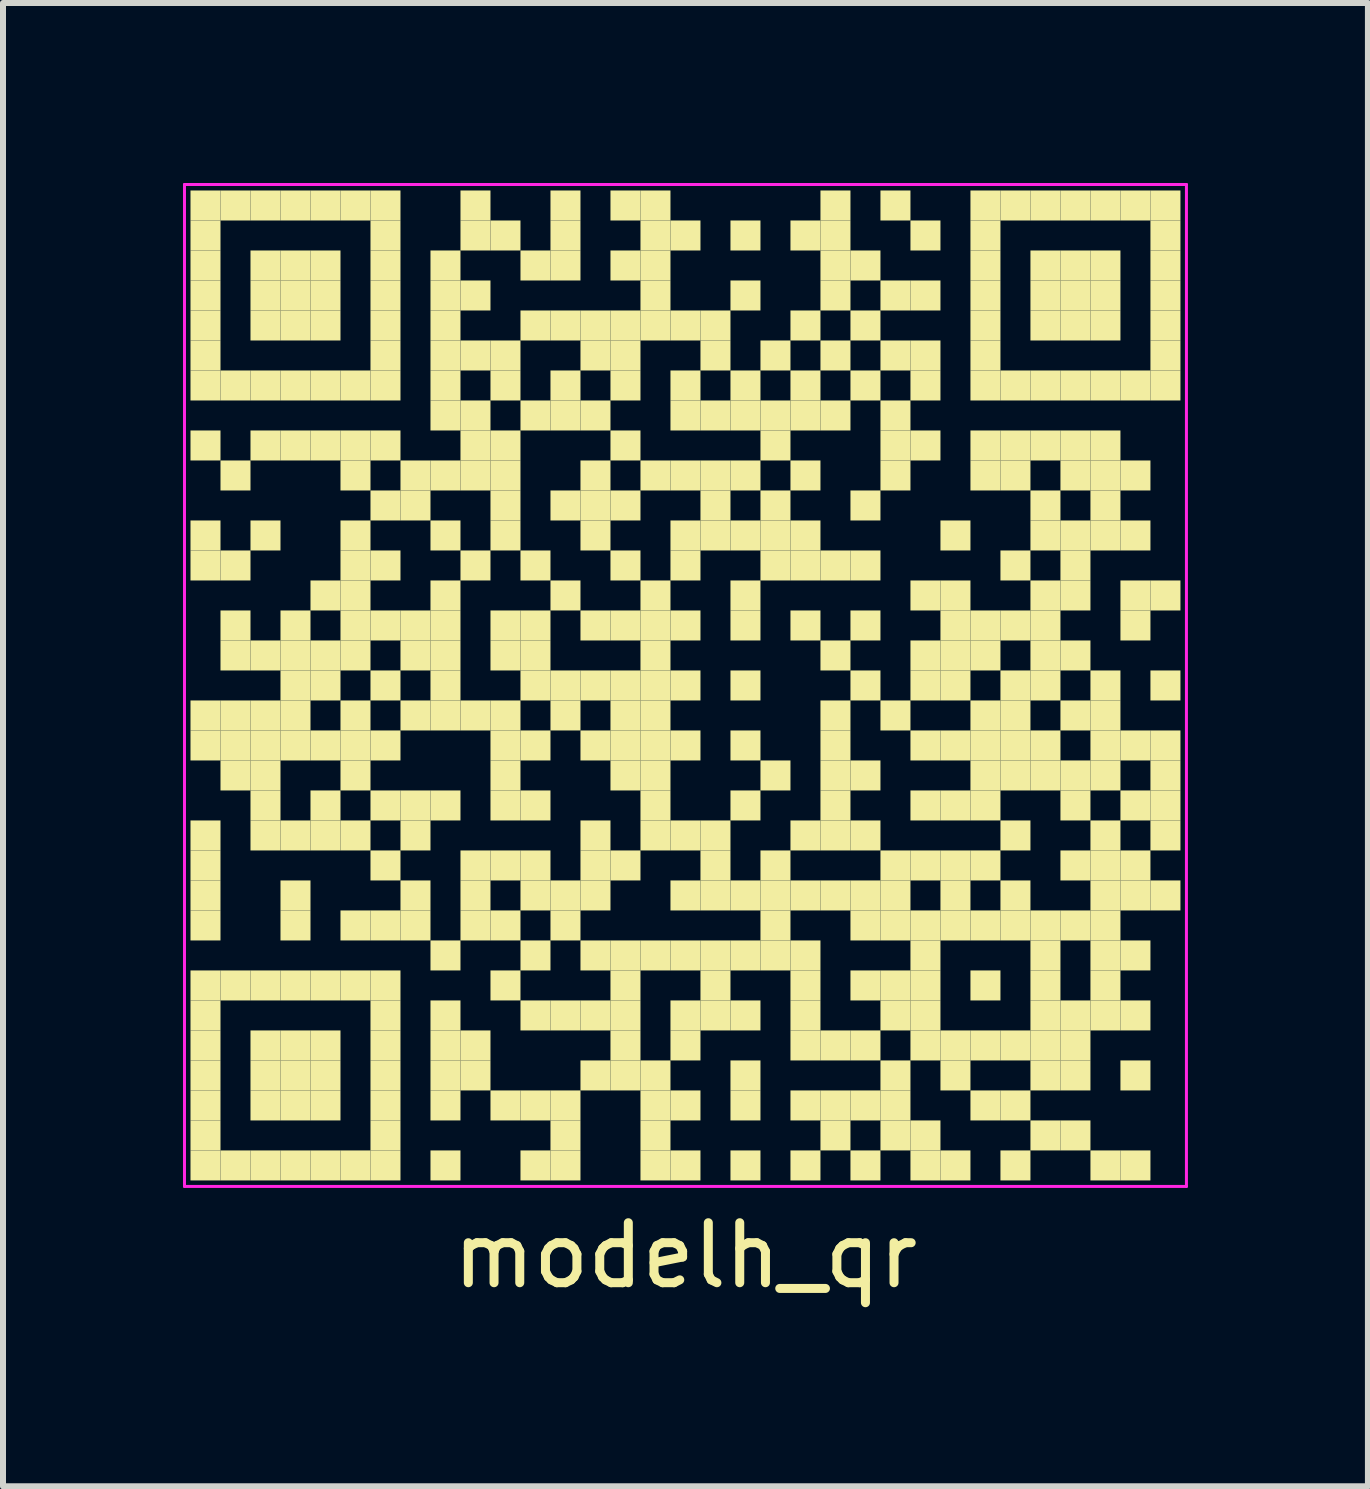
<source format=kicad_pcb>
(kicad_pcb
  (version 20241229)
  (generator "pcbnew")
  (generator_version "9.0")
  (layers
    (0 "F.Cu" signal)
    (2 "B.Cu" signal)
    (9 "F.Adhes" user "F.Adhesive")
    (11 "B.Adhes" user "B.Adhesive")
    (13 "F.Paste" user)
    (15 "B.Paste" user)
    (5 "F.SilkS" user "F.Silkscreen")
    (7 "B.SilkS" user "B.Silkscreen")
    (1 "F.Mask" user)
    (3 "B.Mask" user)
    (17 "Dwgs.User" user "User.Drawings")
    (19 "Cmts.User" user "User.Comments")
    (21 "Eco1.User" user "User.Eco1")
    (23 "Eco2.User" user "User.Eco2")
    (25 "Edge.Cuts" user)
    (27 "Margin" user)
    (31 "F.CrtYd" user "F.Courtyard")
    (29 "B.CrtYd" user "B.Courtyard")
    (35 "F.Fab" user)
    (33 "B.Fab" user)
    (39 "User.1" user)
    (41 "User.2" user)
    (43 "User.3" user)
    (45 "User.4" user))
  (footprint "modelh_qr"
    (layer "F.Cu")
    (at 8.375 8.375)
    (property "Reference" "modelh_qr" (at 0 9.5 0) (layer "F.SilkS") (effects (font (size 1 1) (thickness 0.15))))
    (attr through_hole)
    (fp_poly (pts (xy -7.75 -7.75) (xy -7.75 -8.25) (xy -8.25 -8.25) (xy -8.25 -7.75)) (stroke (width 0) (type solid)) (fill yes) (layer "F.SilkS"))
    (fp_poly (pts (xy -7.75 -7.25) (xy -7.75 -7.75) (xy -8.25 -7.75) (xy -8.25 -7.25)) (stroke (width 0) (type solid)) (fill yes) (layer "F.SilkS"))
    (fp_poly (pts (xy -7.75 -6.75) (xy -7.75 -7.25) (xy -8.25 -7.25) (xy -8.25 -6.75)) (stroke (width 0) (type solid)) (fill yes) (layer "F.SilkS"))
    (fp_poly (pts (xy -7.75 -6.25) (xy -7.75 -6.75) (xy -8.25 -6.75) (xy -8.25 -6.25)) (stroke (width 0) (type solid)) (fill yes) (layer "F.SilkS"))
    (fp_poly (pts (xy -7.75 -5.75) (xy -7.75 -6.25) (xy -8.25 -6.25) (xy -8.25 -5.75)) (stroke (width 0) (type solid)) (fill yes) (layer "F.SilkS"))
    (fp_poly (pts (xy -7.75 -5.25) (xy -7.75 -5.75) (xy -8.25 -5.75) (xy -8.25 -5.25)) (stroke (width 0) (type solid)) (fill yes) (layer "F.SilkS"))
    (fp_poly (pts (xy -7.75 -4.75) (xy -7.75 -5.25) (xy -8.25 -5.25) (xy -8.25 -4.75)) (stroke (width 0) (type solid)) (fill yes) (layer "F.SilkS"))
    (fp_poly (pts (xy -7.75 -3.75) (xy -7.75 -4.25) (xy -8.25 -4.25) (xy -8.25 -3.75)) (stroke (width 0) (type solid)) (fill yes) (layer "F.SilkS"))
    (fp_poly (pts (xy -7.75 -2.25) (xy -7.75 -2.75) (xy -8.25 -2.75) (xy -8.25 -2.25)) (stroke (width 0) (type solid)) (fill yes) (layer "F.SilkS"))
    (fp_poly (pts (xy -7.75 -1.75) (xy -7.75 -2.25) (xy -8.25 -2.25) (xy -8.25 -1.75)) (stroke (width 0) (type solid)) (fill yes) (layer "F.SilkS"))
    (fp_poly (pts (xy -7.75 0.75) (xy -7.75 0.25) (xy -8.25 0.25) (xy -8.25 0.75)) (stroke (width 0) (type solid)) (fill yes) (layer "F.SilkS"))
    (fp_poly (pts (xy -7.75 1.25) (xy -7.75 0.75) (xy -8.25 0.75) (xy -8.25 1.25)) (stroke (width 0) (type solid)) (fill yes) (layer "F.SilkS"))
    (fp_poly (pts (xy -7.75 2.75) (xy -7.75 2.25) (xy -8.25 2.25) (xy -8.25 2.75)) (stroke (width 0) (type solid)) (fill yes) (layer "F.SilkS"))
    (fp_poly (pts (xy -7.75 3.25) (xy -7.75 2.75) (xy -8.25 2.75) (xy -8.25 3.25)) (stroke (width 0) (type solid)) (fill yes) (layer "F.SilkS"))
    (fp_poly (pts (xy -7.75 3.75) (xy -7.75 3.25) (xy -8.25 3.25) (xy -8.25 3.75)) (stroke (width 0) (type solid)) (fill yes) (layer "F.SilkS"))
    (fp_poly (pts (xy -7.75 4.25) (xy -7.75 3.75) (xy -8.25 3.75) (xy -8.25 4.25)) (stroke (width 0) (type solid)) (fill yes) (layer "F.SilkS"))
    (fp_poly (pts (xy -7.75 5.25) (xy -7.75 4.75) (xy -8.25 4.75) (xy -8.25 5.25)) (stroke (width 0) (type solid)) (fill yes) (layer "F.SilkS"))
    (fp_poly (pts (xy -7.75 5.75) (xy -7.75 5.25) (xy -8.25 5.25) (xy -8.25 5.75)) (stroke (width 0) (type solid)) (fill yes) (layer "F.SilkS"))
    (fp_poly (pts (xy -7.75 6.25) (xy -7.75 5.75) (xy -8.25 5.75) (xy -8.25 6.25)) (stroke (width 0) (type solid)) (fill yes) (layer "F.SilkS"))
    (fp_poly (pts (xy -7.75 6.75) (xy -7.75 6.25) (xy -8.25 6.25) (xy -8.25 6.75)) (stroke (width 0) (type solid)) (fill yes) (layer "F.SilkS"))
    (fp_poly (pts (xy -7.75 7.25) (xy -7.75 6.75) (xy -8.25 6.75) (xy -8.25 7.25)) (stroke (width 0) (type solid)) (fill yes) (layer "F.SilkS"))
    (fp_poly (pts (xy -7.75 7.75) (xy -7.75 7.25) (xy -8.25 7.25) (xy -8.25 7.75)) (stroke (width 0) (type solid)) (fill yes) (layer "F.SilkS"))
    (fp_poly (pts (xy -7.75 8.25) (xy -7.75 7.75) (xy -8.25 7.75) (xy -8.25 8.25)) (stroke (width 0) (type solid)) (fill yes) (layer "F.SilkS"))
    (fp_poly (pts (xy -7.25 -7.75) (xy -7.25 -8.25) (xy -7.75 -8.25) (xy -7.75 -7.75)) (stroke (width 0) (type solid)) (fill yes) (layer "F.SilkS"))
    (fp_poly (pts (xy -7.25 -4.75) (xy -7.25 -5.25) (xy -7.75 -5.25) (xy -7.75 -4.75)) (stroke (width 0) (type solid)) (fill yes) (layer "F.SilkS"))
    (fp_poly (pts (xy -7.25 -3.25) (xy -7.25 -3.75) (xy -7.75 -3.75) (xy -7.75 -3.25)) (stroke (width 0) (type solid)) (fill yes) (layer "F.SilkS"))
    (fp_poly (pts (xy -7.25 -1.75) (xy -7.25 -2.25) (xy -7.75 -2.25) (xy -7.75 -1.75)) (stroke (width 0) (type solid)) (fill yes) (layer "F.SilkS"))
    (fp_poly (pts (xy -7.25 -0.75) (xy -7.25 -1.25) (xy -7.75 -1.25) (xy -7.75 -0.75)) (stroke (width 0) (type solid)) (fill yes) (layer "F.SilkS"))
    (fp_poly (pts (xy -7.25 -0.25) (xy -7.25 -0.75) (xy -7.75 -0.75) (xy -7.75 -0.25)) (stroke (width 0) (type solid)) (fill yes) (layer "F.SilkS"))
    (fp_poly (pts (xy -7.25 0.75) (xy -7.25 0.25) (xy -7.75 0.25) (xy -7.75 0.75)) (stroke (width 0) (type solid)) (fill yes) (layer "F.SilkS"))
    (fp_poly (pts (xy -7.25 1.25) (xy -7.25 0.75) (xy -7.75 0.75) (xy -7.75 1.25)) (stroke (width 0) (type solid)) (fill yes) (layer "F.SilkS"))
    (fp_poly (pts (xy -7.25 1.75) (xy -7.25 1.25) (xy -7.75 1.25) (xy -7.75 1.75)) (stroke (width 0) (type solid)) (fill yes) (layer "F.SilkS"))
    (fp_poly (pts (xy -7.25 5.25) (xy -7.25 4.75) (xy -7.75 4.75) (xy -7.75 5.25)) (stroke (width 0) (type solid)) (fill yes) (layer "F.SilkS"))
    (fp_poly (pts (xy -7.25 8.25) (xy -7.25 7.75) (xy -7.75 7.75) (xy -7.75 8.25)) (stroke (width 0) (type solid)) (fill yes) (layer "F.SilkS"))
    (fp_poly (pts (xy -6.75 -7.75) (xy -6.75 -8.25) (xy -7.25 -8.25) (xy -7.25 -7.75)) (stroke (width 0) (type solid)) (fill yes) (layer "F.SilkS"))
    (fp_poly (pts (xy -6.75 -6.75) (xy -6.75 -7.25) (xy -7.25 -7.25) (xy -7.25 -6.75)) (stroke (width 0) (type solid)) (fill yes) (layer "F.SilkS"))
    (fp_poly (pts (xy -6.75 -6.25) (xy -6.75 -6.75) (xy -7.25 -6.75) (xy -7.25 -6.25)) (stroke (width 0) (type solid)) (fill yes) (layer "F.SilkS"))
    (fp_poly (pts (xy -6.75 -5.75) (xy -6.75 -6.25) (xy -7.25 -6.25) (xy -7.25 -5.75)) (stroke (width 0) (type solid)) (fill yes) (layer "F.SilkS"))
    (fp_poly (pts (xy -6.75 -4.75) (xy -6.75 -5.25) (xy -7.25 -5.25) (xy -7.25 -4.75)) (stroke (width 0) (type solid)) (fill yes) (layer "F.SilkS"))
    (fp_poly (pts (xy -6.75 -3.75) (xy -6.75 -4.25) (xy -7.25 -4.25) (xy -7.25 -3.75)) (stroke (width 0) (type solid)) (fill yes) (layer "F.SilkS"))
    (fp_poly (pts (xy -6.75 -2.25) (xy -6.75 -2.75) (xy -7.25 -2.75) (xy -7.25 -2.25)) (stroke (width 0) (type solid)) (fill yes) (layer "F.SilkS"))
    (fp_poly (pts (xy -6.75 -0.25) (xy -6.75 -0.75) (xy -7.25 -0.75) (xy -7.25 -0.25)) (stroke (width 0) (type solid)) (fill yes) (layer "F.SilkS"))
    (fp_poly (pts (xy -6.75 0.75) (xy -6.75 0.25) (xy -7.25 0.25) (xy -7.25 0.75)) (stroke (width 0) (type solid)) (fill yes) (layer "F.SilkS"))
    (fp_poly (pts (xy -6.75 1.25) (xy -6.75 0.75) (xy -7.25 0.75) (xy -7.25 1.25)) (stroke (width 0) (type solid)) (fill yes) (layer "F.SilkS"))
    (fp_poly (pts (xy -6.75 1.75) (xy -6.75 1.25) (xy -7.25 1.25) (xy -7.25 1.75)) (stroke (width 0) (type solid)) (fill yes) (layer "F.SilkS"))
    (fp_poly (pts (xy -6.75 2.25) (xy -6.75 1.75) (xy -7.25 1.75) (xy -7.25 2.25)) (stroke (width 0) (type solid)) (fill yes) (layer "F.SilkS"))
    (fp_poly (pts (xy -6.75 2.75) (xy -6.75 2.25) (xy -7.25 2.25) (xy -7.25 2.75)) (stroke (width 0) (type solid)) (fill yes) (layer "F.SilkS"))
    (fp_poly (pts (xy -6.75 5.25) (xy -6.75 4.75) (xy -7.25 4.75) (xy -7.25 5.25)) (stroke (width 0) (type solid)) (fill yes) (layer "F.SilkS"))
    (fp_poly (pts (xy -6.75 6.25) (xy -6.75 5.75) (xy -7.25 5.75) (xy -7.25 6.25)) (stroke (width 0) (type solid)) (fill yes) (layer "F.SilkS"))
    (fp_poly (pts (xy -6.75 6.75) (xy -6.75 6.25) (xy -7.25 6.25) (xy -7.25 6.75)) (stroke (width 0) (type solid)) (fill yes) (layer "F.SilkS"))
    (fp_poly (pts (xy -6.75 7.25) (xy -6.75 6.75) (xy -7.25 6.75) (xy -7.25 7.25)) (stroke (width 0) (type solid)) (fill yes) (layer "F.SilkS"))
    (fp_poly (pts (xy -6.75 8.25) (xy -6.75 7.75) (xy -7.25 7.75) (xy -7.25 8.25)) (stroke (width 0) (type solid)) (fill yes) (layer "F.SilkS"))
    (fp_poly (pts (xy -6.25 -7.75) (xy -6.25 -8.25) (xy -6.75 -8.25) (xy -6.75 -7.75)) (stroke (width 0) (type solid)) (fill yes) (layer "F.SilkS"))
    (fp_poly (pts (xy -6.25 -6.75) (xy -6.25 -7.25) (xy -6.75 -7.25) (xy -6.75 -6.75)) (stroke (width 0) (type solid)) (fill yes) (layer "F.SilkS"))
    (fp_poly (pts (xy -6.25 -6.25) (xy -6.25 -6.75) (xy -6.75 -6.75) (xy -6.75 -6.25)) (stroke (width 0) (type solid)) (fill yes) (layer "F.SilkS"))
    (fp_poly (pts (xy -6.25 -5.75) (xy -6.25 -6.25) (xy -6.75 -6.25) (xy -6.75 -5.75)) (stroke (width 0) (type solid)) (fill yes) (layer "F.SilkS"))
    (fp_poly (pts (xy -6.25 -4.75) (xy -6.25 -5.25) (xy -6.75 -5.25) (xy -6.75 -4.75)) (stroke (width 0) (type solid)) (fill yes) (layer "F.SilkS"))
    (fp_poly (pts (xy -6.25 -3.75) (xy -6.25 -4.25) (xy -6.75 -4.25) (xy -6.75 -3.75)) (stroke (width 0) (type solid)) (fill yes) (layer "F.SilkS"))
    (fp_poly (pts (xy -6.25 -0.75) (xy -6.25 -1.25) (xy -6.75 -1.25) (xy -6.75 -0.75)) (stroke (width 0) (type solid)) (fill yes) (layer "F.SilkS"))
    (fp_poly (pts (xy -6.25 -0.25) (xy -6.25 -0.75) (xy -6.75 -0.75) (xy -6.75 -0.25)) (stroke (width 0) (type solid)) (fill yes) (layer "F.SilkS"))
    (fp_poly (pts (xy -6.25 0.25) (xy -6.25 -0.25) (xy -6.75 -0.25) (xy -6.75 0.25)) (stroke (width 0) (type solid)) (fill yes) (layer "F.SilkS"))
    (fp_poly (pts (xy -6.25 0.75) (xy -6.25 0.25) (xy -6.75 0.25) (xy -6.75 0.75)) (stroke (width 0) (type solid)) (fill yes) (layer "F.SilkS"))
    (fp_poly (pts (xy -6.25 1.25) (xy -6.25 0.75) (xy -6.75 0.75) (xy -6.75 1.25)) (stroke (width 0) (type solid)) (fill yes) (layer "F.SilkS"))
    (fp_poly (pts (xy -6.25 2.75) (xy -6.25 2.25) (xy -6.75 2.25) (xy -6.75 2.75)) (stroke (width 0) (type solid)) (fill yes) (layer "F.SilkS"))
    (fp_poly (pts (xy -6.25 3.75) (xy -6.25 3.25) (xy -6.75 3.25) (xy -6.75 3.75)) (stroke (width 0) (type solid)) (fill yes) (layer "F.SilkS"))
    (fp_poly (pts (xy -6.25 4.25) (xy -6.25 3.75) (xy -6.75 3.75) (xy -6.75 4.25)) (stroke (width 0) (type solid)) (fill yes) (layer "F.SilkS"))
    (fp_poly (pts (xy -6.25 5.25) (xy -6.25 4.75) (xy -6.75 4.75) (xy -6.75 5.25)) (stroke (width 0) (type solid)) (fill yes) (layer "F.SilkS"))
    (fp_poly (pts (xy -6.25 6.25) (xy -6.25 5.75) (xy -6.75 5.75) (xy -6.75 6.25)) (stroke (width 0) (type solid)) (fill yes) (layer "F.SilkS"))
    (fp_poly (pts (xy -6.25 6.75) (xy -6.25 6.25) (xy -6.75 6.25) (xy -6.75 6.75)) (stroke (width 0) (type solid)) (fill yes) (layer "F.SilkS"))
    (fp_poly (pts (xy -6.25 7.25) (xy -6.25 6.75) (xy -6.75 6.75) (xy -6.75 7.25)) (stroke (width 0) (type solid)) (fill yes) (layer "F.SilkS"))
    (fp_poly (pts (xy -6.25 8.25) (xy -6.25 7.75) (xy -6.75 7.75) (xy -6.75 8.25)) (stroke (width 0) (type solid)) (fill yes) (layer "F.SilkS"))
    (fp_poly (pts (xy -5.75 -7.75) (xy -5.75 -8.25) (xy -6.25 -8.25) (xy -6.25 -7.75)) (stroke (width 0) (type solid)) (fill yes) (layer "F.SilkS"))
    (fp_poly (pts (xy -5.75 -6.75) (xy -5.75 -7.25) (xy -6.25 -7.25) (xy -6.25 -6.75)) (stroke (width 0) (type solid)) (fill yes) (layer "F.SilkS"))
    (fp_poly (pts (xy -5.75 -6.25) (xy -5.75 -6.75) (xy -6.25 -6.75) (xy -6.25 -6.25)) (stroke (width 0) (type solid)) (fill yes) (layer "F.SilkS"))
    (fp_poly (pts (xy -5.75 -5.75) (xy -5.75 -6.25) (xy -6.25 -6.25) (xy -6.25 -5.75)) (stroke (width 0) (type solid)) (fill yes) (layer "F.SilkS"))
    (fp_poly (pts (xy -5.75 -4.75) (xy -5.75 -5.25) (xy -6.25 -5.25) (xy -6.25 -4.75)) (stroke (width 0) (type solid)) (fill yes) (layer "F.SilkS"))
    (fp_poly (pts (xy -5.75 -3.75) (xy -5.75 -4.25) (xy -6.25 -4.25) (xy -6.25 -3.75)) (stroke (width 0) (type solid)) (fill yes) (layer "F.SilkS"))
    (fp_poly (pts (xy -5.75 -1.25) (xy -5.75 -1.75) (xy -6.25 -1.75) (xy -6.25 -1.25)) (stroke (width 0) (type solid)) (fill yes) (layer "F.SilkS"))
    (fp_poly (pts (xy -5.75 -0.25) (xy -5.75 -0.75) (xy -6.25 -0.75) (xy -6.25 -0.25)) (stroke (width 0) (type solid)) (fill yes) (layer "F.SilkS"))
    (fp_poly (pts (xy -5.75 0.25) (xy -5.75 -0.25) (xy -6.25 -0.25) (xy -6.25 0.25)) (stroke (width 0) (type solid)) (fill yes) (layer "F.SilkS"))
    (fp_poly (pts (xy -5.75 1.25) (xy -5.75 0.75) (xy -6.25 0.75) (xy -6.25 1.25)) (stroke (width 0) (type solid)) (fill yes) (layer "F.SilkS"))
    (fp_poly (pts (xy -5.75 2.25) (xy -5.75 1.75) (xy -6.25 1.75) (xy -6.25 2.25)) (stroke (width 0) (type solid)) (fill yes) (layer "F.SilkS"))
    (fp_poly (pts (xy -5.75 2.75) (xy -5.75 2.25) (xy -6.25 2.25) (xy -6.25 2.75)) (stroke (width 0) (type solid)) (fill yes) (layer "F.SilkS"))
    (fp_poly (pts (xy -5.75 5.25) (xy -5.75 4.75) (xy -6.25 4.75) (xy -6.25 5.25)) (stroke (width 0) (type solid)) (fill yes) (layer "F.SilkS"))
    (fp_poly (pts (xy -5.75 6.25) (xy -5.75 5.75) (xy -6.25 5.75) (xy -6.25 6.25)) (stroke (width 0) (type solid)) (fill yes) (layer "F.SilkS"))
    (fp_poly (pts (xy -5.75 6.75) (xy -5.75 6.25) (xy -6.25 6.25) (xy -6.25 6.75)) (stroke (width 0) (type solid)) (fill yes) (layer "F.SilkS"))
    (fp_poly (pts (xy -5.75 7.25) (xy -5.75 6.75) (xy -6.25 6.75) (xy -6.25 7.25)) (stroke (width 0) (type solid)) (fill yes) (layer "F.SilkS"))
    (fp_poly (pts (xy -5.75 8.25) (xy -5.75 7.75) (xy -6.25 7.75) (xy -6.25 8.25)) (stroke (width 0) (type solid)) (fill yes) (layer "F.SilkS"))
    (fp_poly (pts (xy -5.25 -7.75) (xy -5.25 -8.25) (xy -5.75 -8.25) (xy -5.75 -7.75)) (stroke (width 0) (type solid)) (fill yes) (layer "F.SilkS"))
    (fp_poly (pts (xy -5.25 -4.75) (xy -5.25 -5.25) (xy -5.75 -5.25) (xy -5.75 -4.75)) (stroke (width 0) (type solid)) (fill yes) (layer "F.SilkS"))
    (fp_poly (pts (xy -5.25 -3.75) (xy -5.25 -4.25) (xy -5.75 -4.25) (xy -5.75 -3.75)) (stroke (width 0) (type solid)) (fill yes) (layer "F.SilkS"))
    (fp_poly (pts (xy -5.25 -3.25) (xy -5.25 -3.75) (xy -5.75 -3.75) (xy -5.75 -3.25)) (stroke (width 0) (type solid)) (fill yes) (layer "F.SilkS"))
    (fp_poly (pts (xy -5.25 -2.25) (xy -5.25 -2.75) (xy -5.75 -2.75) (xy -5.75 -2.25)) (stroke (width 0) (type solid)) (fill yes) (layer "F.SilkS"))
    (fp_poly (pts (xy -5.25 -1.75) (xy -5.25 -2.25) (xy -5.75 -2.25) (xy -5.75 -1.75)) (stroke (width 0) (type solid)) (fill yes) (layer "F.SilkS"))
    (fp_poly (pts (xy -5.25 -1.25) (xy -5.25 -1.75) (xy -5.75 -1.75) (xy -5.75 -1.25)) (stroke (width 0) (type solid)) (fill yes) (layer "F.SilkS"))
    (fp_poly (pts (xy -5.25 -0.75) (xy -5.25 -1.25) (xy -5.75 -1.25) (xy -5.75 -0.75)) (stroke (width 0) (type solid)) (fill yes) (layer "F.SilkS"))
    (fp_poly (pts (xy -5.25 -0.25) (xy -5.25 -0.75) (xy -5.75 -0.75) (xy -5.75 -0.25)) (stroke (width 0) (type solid)) (fill yes) (layer "F.SilkS"))
    (fp_poly (pts (xy -5.25 0.75) (xy -5.25 0.25) (xy -5.75 0.25) (xy -5.75 0.75)) (stroke (width 0) (type solid)) (fill yes) (layer "F.SilkS"))
    (fp_poly (pts (xy -5.25 1.25) (xy -5.25 0.75) (xy -5.75 0.75) (xy -5.75 1.25)) (stroke (width 0) (type solid)) (fill yes) (layer "F.SilkS"))
    (fp_poly (pts (xy -5.25 1.75) (xy -5.25 1.25) (xy -5.75 1.25) (xy -5.75 1.75)) (stroke (width 0) (type solid)) (fill yes) (layer "F.SilkS"))
    (fp_poly (pts (xy -5.25 2.75) (xy -5.25 2.25) (xy -5.75 2.25) (xy -5.75 2.75)) (stroke (width 0) (type solid)) (fill yes) (layer "F.SilkS"))
    (fp_poly (pts (xy -5.25 4.25) (xy -5.25 3.75) (xy -5.75 3.75) (xy -5.75 4.25)) (stroke (width 0) (type solid)) (fill yes) (layer "F.SilkS"))
    (fp_poly (pts (xy -5.25 5.25) (xy -5.25 4.75) (xy -5.75 4.75) (xy -5.75 5.25)) (stroke (width 0) (type solid)) (fill yes) (layer "F.SilkS"))
    (fp_poly (pts (xy -5.25 8.25) (xy -5.25 7.75) (xy -5.75 7.75) (xy -5.75 8.25)) (stroke (width 0) (type solid)) (fill yes) (layer "F.SilkS"))
    (fp_poly (pts (xy -4.75 -7.75) (xy -4.75 -8.25) (xy -5.25 -8.25) (xy -5.25 -7.75)) (stroke (width 0) (type solid)) (fill yes) (layer "F.SilkS"))
    (fp_poly (pts (xy -4.75 -7.25) (xy -4.75 -7.75) (xy -5.25 -7.75) (xy -5.25 -7.25)) (stroke (width 0) (type solid)) (fill yes) (layer "F.SilkS"))
    (fp_poly (pts (xy -4.75 -6.75) (xy -4.75 -7.25) (xy -5.25 -7.25) (xy -5.25 -6.75)) (stroke (width 0) (type solid)) (fill yes) (layer "F.SilkS"))
    (fp_poly (pts (xy -4.75 -6.25) (xy -4.75 -6.75) (xy -5.25 -6.75) (xy -5.25 -6.25)) (stroke (width 0) (type solid)) (fill yes) (layer "F.SilkS"))
    (fp_poly (pts (xy -4.75 -5.75) (xy -4.75 -6.25) (xy -5.25 -6.25) (xy -5.25 -5.75)) (stroke (width 0) (type solid)) (fill yes) (layer "F.SilkS"))
    (fp_poly (pts (xy -4.75 -5.25) (xy -4.75 -5.75) (xy -5.25 -5.75) (xy -5.25 -5.25)) (stroke (width 0) (type solid)) (fill yes) (layer "F.SilkS"))
    (fp_poly (pts (xy -4.75 -4.75) (xy -4.75 -5.25) (xy -5.25 -5.25) (xy -5.25 -4.75)) (stroke (width 0) (type solid)) (fill yes) (layer "F.SilkS"))
    (fp_poly (pts (xy -4.75 -3.75) (xy -4.75 -4.25) (xy -5.25 -4.25) (xy -5.25 -3.75)) (stroke (width 0) (type solid)) (fill yes) (layer "F.SilkS"))
    (fp_poly (pts (xy -4.75 -2.75) (xy -4.75 -3.25) (xy -5.25 -3.25) (xy -5.25 -2.75)) (stroke (width 0) (type solid)) (fill yes) (layer "F.SilkS"))
    (fp_poly (pts (xy -4.75 -1.75) (xy -4.75 -2.25) (xy -5.25 -2.25) (xy -5.25 -1.75)) (stroke (width 0) (type solid)) (fill yes) (layer "F.SilkS"))
    (fp_poly (pts (xy -4.75 -0.75) (xy -4.75 -1.25) (xy -5.25 -1.25) (xy -5.25 -0.75)) (stroke (width 0) (type solid)) (fill yes) (layer "F.SilkS"))
    (fp_poly (pts (xy -4.75 0.25) (xy -4.75 -0.25) (xy -5.25 -0.25) (xy -5.25 0.25)) (stroke (width 0) (type solid)) (fill yes) (layer "F.SilkS"))
    (fp_poly (pts (xy -4.75 1.25) (xy -4.75 0.75) (xy -5.25 0.75) (xy -5.25 1.25)) (stroke (width 0) (type solid)) (fill yes) (layer "F.SilkS"))
    (fp_poly (pts (xy -4.75 2.25) (xy -4.75 1.75) (xy -5.25 1.75) (xy -5.25 2.25)) (stroke (width 0) (type solid)) (fill yes) (layer "F.SilkS"))
    (fp_poly (pts (xy -4.75 3.25) (xy -4.75 2.75) (xy -5.25 2.75) (xy -5.25 3.25)) (stroke (width 0) (type solid)) (fill yes) (layer "F.SilkS"))
    (fp_poly (pts (xy -4.75 4.25) (xy -4.75 3.75) (xy -5.25 3.75) (xy -5.25 4.25)) (stroke (width 0) (type solid)) (fill yes) (layer "F.SilkS"))
    (fp_poly (pts (xy -4.75 5.25) (xy -4.75 4.75) (xy -5.25 4.75) (xy -5.25 5.25)) (stroke (width 0) (type solid)) (fill yes) (layer "F.SilkS"))
    (fp_poly (pts (xy -4.75 5.75) (xy -4.75 5.25) (xy -5.25 5.25) (xy -5.25 5.75)) (stroke (width 0) (type solid)) (fill yes) (layer "F.SilkS"))
    (fp_poly (pts (xy -4.75 6.25) (xy -4.75 5.75) (xy -5.25 5.75) (xy -5.25 6.25)) (stroke (width 0) (type solid)) (fill yes) (layer "F.SilkS"))
    (fp_poly (pts (xy -4.75 6.75) (xy -4.75 6.25) (xy -5.25 6.25) (xy -5.25 6.75)) (stroke (width 0) (type solid)) (fill yes) (layer "F.SilkS"))
    (fp_poly (pts (xy -4.75 7.25) (xy -4.75 6.75) (xy -5.25 6.75) (xy -5.25 7.25)) (stroke (width 0) (type solid)) (fill yes) (layer "F.SilkS"))
    (fp_poly (pts (xy -4.75 7.75) (xy -4.75 7.25) (xy -5.25 7.25) (xy -5.25 7.75)) (stroke (width 0) (type solid)) (fill yes) (layer "F.SilkS"))
    (fp_poly (pts (xy -4.75 8.25) (xy -4.75 7.75) (xy -5.25 7.75) (xy -5.25 8.25)) (stroke (width 0) (type solid)) (fill yes) (layer "F.SilkS"))
    (fp_poly (pts (xy -4.25 -3.25) (xy -4.25 -3.75) (xy -4.75 -3.75) (xy -4.75 -3.25)) (stroke (width 0) (type solid)) (fill yes) (layer "F.SilkS"))
    (fp_poly (pts (xy -4.25 -2.75) (xy -4.25 -3.25) (xy -4.75 -3.25) (xy -4.75 -2.75)) (stroke (width 0) (type solid)) (fill yes) (layer "F.SilkS"))
    (fp_poly (pts (xy -4.25 -0.75) (xy -4.25 -1.25) (xy -4.75 -1.25) (xy -4.75 -0.75)) (stroke (width 0) (type solid)) (fill yes) (layer "F.SilkS"))
    (fp_poly (pts (xy -4.25 -0.25) (xy -4.25 -0.75) (xy -4.75 -0.75) (xy -4.75 -0.25)) (stroke (width 0) (type solid)) (fill yes) (layer "F.SilkS"))
    (fp_poly (pts (xy -4.25 0.75) (xy -4.25 0.25) (xy -4.75 0.25) (xy -4.75 0.75)) (stroke (width 0) (type solid)) (fill yes) (layer "F.SilkS"))
    (fp_poly (pts (xy -4.25 2.25) (xy -4.25 1.75) (xy -4.75 1.75) (xy -4.75 2.25)) (stroke (width 0) (type solid)) (fill yes) (layer "F.SilkS"))
    (fp_poly (pts (xy -4.25 2.75) (xy -4.25 2.25) (xy -4.75 2.25) (xy -4.75 2.75)) (stroke (width 0) (type solid)) (fill yes) (layer "F.SilkS"))
    (fp_poly (pts (xy -4.25 3.75) (xy -4.25 3.25) (xy -4.75 3.25) (xy -4.75 3.75)) (stroke (width 0) (type solid)) (fill yes) (layer "F.SilkS"))
    (fp_poly (pts (xy -4.25 4.25) (xy -4.25 3.75) (xy -4.75 3.75) (xy -4.75 4.25)) (stroke (width 0) (type solid)) (fill yes) (layer "F.SilkS"))
    (fp_poly (pts (xy -3.75 -6.75) (xy -3.75 -7.25) (xy -4.25 -7.25) (xy -4.25 -6.75)) (stroke (width 0) (type solid)) (fill yes) (layer "F.SilkS"))
    (fp_poly (pts (xy -3.75 -6.25) (xy -3.75 -6.75) (xy -4.25 -6.75) (xy -4.25 -6.25)) (stroke (width 0) (type solid)) (fill yes) (layer "F.SilkS"))
    (fp_poly (pts (xy -3.75 -5.75) (xy -3.75 -6.25) (xy -4.25 -6.25) (xy -4.25 -5.75)) (stroke (width 0) (type solid)) (fill yes) (layer "F.SilkS"))
    (fp_poly (pts (xy -3.75 -5.25) (xy -3.75 -5.75) (xy -4.25 -5.75) (xy -4.25 -5.25)) (stroke (width 0) (type solid)) (fill yes) (layer "F.SilkS"))
    (fp_poly (pts (xy -3.75 -4.75) (xy -3.75 -5.25) (xy -4.25 -5.25) (xy -4.25 -4.75)) (stroke (width 0) (type solid)) (fill yes) (layer "F.SilkS"))
    (fp_poly (pts (xy -3.75 -4.25) (xy -3.75 -4.75) (xy -4.25 -4.75) (xy -4.25 -4.25)) (stroke (width 0) (type solid)) (fill yes) (layer "F.SilkS"))
    (fp_poly (pts (xy -3.75 -3.25) (xy -3.75 -3.75) (xy -4.25 -3.75) (xy -4.25 -3.25)) (stroke (width 0) (type solid)) (fill yes) (layer "F.SilkS"))
    (fp_poly (pts (xy -3.75 -2.25) (xy -3.75 -2.75) (xy -4.25 -2.75) (xy -4.25 -2.25)) (stroke (width 0) (type solid)) (fill yes) (layer "F.SilkS"))
    (fp_poly (pts (xy -3.75 -1.25) (xy -3.75 -1.75) (xy -4.25 -1.75) (xy -4.25 -1.25)) (stroke (width 0) (type solid)) (fill yes) (layer "F.SilkS"))
    (fp_poly (pts (xy -3.75 -0.75) (xy -3.75 -1.25) (xy -4.25 -1.25) (xy -4.25 -0.75)) (stroke (width 0) (type solid)) (fill yes) (layer "F.SilkS"))
    (fp_poly (pts (xy -3.75 -0.25) (xy -3.75 -0.75) (xy -4.25 -0.75) (xy -4.25 -0.25)) (stroke (width 0) (type solid)) (fill yes) (layer "F.SilkS"))
    (fp_poly (pts (xy -3.75 0.25) (xy -3.75 -0.25) (xy -4.25 -0.25) (xy -4.25 0.25)) (stroke (width 0) (type solid)) (fill yes) (layer "F.SilkS"))
    (fp_poly (pts (xy -3.75 0.75) (xy -3.75 0.25) (xy -4.25 0.25) (xy -4.25 0.75)) (stroke (width 0) (type solid)) (fill yes) (layer "F.SilkS"))
    (fp_poly (pts (xy -3.75 2.25) (xy -3.75 1.75) (xy -4.25 1.75) (xy -4.25 2.25)) (stroke (width 0) (type solid)) (fill yes) (layer "F.SilkS"))
    (fp_poly (pts (xy -3.75 4.75) (xy -3.75 4.25) (xy -4.25 4.25) (xy -4.25 4.75)) (stroke (width 0) (type solid)) (fill yes) (layer "F.SilkS"))
    (fp_poly (pts (xy -3.75 5.75) (xy -3.75 5.25) (xy -4.25 5.25) (xy -4.25 5.75)) (stroke (width 0) (type solid)) (fill yes) (layer "F.SilkS"))
    (fp_poly (pts (xy -3.75 6.25) (xy -3.75 5.75) (xy -4.25 5.75) (xy -4.25 6.25)) (stroke (width 0) (type solid)) (fill yes) (layer "F.SilkS"))
    (fp_poly (pts (xy -3.75 6.75) (xy -3.75 6.25) (xy -4.25 6.25) (xy -4.25 6.75)) (stroke (width 0) (type solid)) (fill yes) (layer "F.SilkS"))
    (fp_poly (pts (xy -3.75 7.25) (xy -3.75 6.75) (xy -4.25 6.75) (xy -4.25 7.25)) (stroke (width 0) (type solid)) (fill yes) (layer "F.SilkS"))
    (fp_poly (pts (xy -3.75 8.25) (xy -3.75 7.75) (xy -4.25 7.75) (xy -4.25 8.25)) (stroke (width 0) (type solid)) (fill yes) (layer "F.SilkS"))
    (fp_poly (pts (xy -3.25 -7.75) (xy -3.25 -8.25) (xy -3.75 -8.25) (xy -3.75 -7.75)) (stroke (width 0) (type solid)) (fill yes) (layer "F.SilkS"))
    (fp_poly (pts (xy -3.25 -7.25) (xy -3.25 -7.75) (xy -3.75 -7.75) (xy -3.75 -7.25)) (stroke (width 0) (type solid)) (fill yes) (layer "F.SilkS"))
    (fp_poly (pts (xy -3.25 -6.25) (xy -3.25 -6.75) (xy -3.75 -6.75) (xy -3.75 -6.25)) (stroke (width 0) (type solid)) (fill yes) (layer "F.SilkS"))
    (fp_poly (pts (xy -3.25 -5.25) (xy -3.25 -5.75) (xy -3.75 -5.75) (xy -3.75 -5.25)) (stroke (width 0) (type solid)) (fill yes) (layer "F.SilkS"))
    (fp_poly (pts (xy -3.25 -4.25) (xy -3.25 -4.75) (xy -3.75 -4.75) (xy -3.75 -4.25)) (stroke (width 0) (type solid)) (fill yes) (layer "F.SilkS"))
    (fp_poly (pts (xy -3.25 -3.75) (xy -3.25 -4.25) (xy -3.75 -4.25) (xy -3.75 -3.75)) (stroke (width 0) (type solid)) (fill yes) (layer "F.SilkS"))
    (fp_poly (pts (xy -3.25 -3.25) (xy -3.25 -3.75) (xy -3.75 -3.75) (xy -3.75 -3.25)) (stroke (width 0) (type solid)) (fill yes) (layer "F.SilkS"))
    (fp_poly (pts (xy -3.25 -1.75) (xy -3.25 -2.25) (xy -3.75 -2.25) (xy -3.75 -1.75)) (stroke (width 0) (type solid)) (fill yes) (layer "F.SilkS"))
    (fp_poly (pts (xy -3.25 0.75) (xy -3.25 0.25) (xy -3.75 0.25) (xy -3.75 0.75)) (stroke (width 0) (type solid)) (fill yes) (layer "F.SilkS"))
    (fp_poly (pts (xy -3.25 3.25) (xy -3.25 2.75) (xy -3.75 2.75) (xy -3.75 3.25)) (stroke (width 0) (type solid)) (fill yes) (layer "F.SilkS"))
    (fp_poly (pts (xy -3.25 3.75) (xy -3.25 3.25) (xy -3.75 3.25) (xy -3.75 3.75)) (stroke (width 0) (type solid)) (fill yes) (layer "F.SilkS"))
    (fp_poly (pts (xy -3.25 4.25) (xy -3.25 3.75) (xy -3.75 3.75) (xy -3.75 4.25)) (stroke (width 0) (type solid)) (fill yes) (layer "F.SilkS"))
    (fp_poly (pts (xy -3.25 6.25) (xy -3.25 5.75) (xy -3.75 5.75) (xy -3.75 6.25)) (stroke (width 0) (type solid)) (fill yes) (layer "F.SilkS"))
    (fp_poly (pts (xy -3.25 6.75) (xy -3.25 6.25) (xy -3.75 6.25) (xy -3.75 6.75)) (stroke (width 0) (type solid)) (fill yes) (layer "F.SilkS"))
    (fp_poly (pts (xy -2.75 -7.25) (xy -2.75 -7.75) (xy -3.25 -7.75) (xy -3.25 -7.25)) (stroke (width 0) (type solid)) (fill yes) (layer "F.SilkS"))
    (fp_poly (pts (xy -2.75 -5.25) (xy -2.75 -5.75) (xy -3.25 -5.75) (xy -3.25 -5.25)) (stroke (width 0) (type solid)) (fill yes) (layer "F.SilkS"))
    (fp_poly (pts (xy -2.75 -4.75) (xy -2.75 -5.25) (xy -3.25 -5.25) (xy -3.25 -4.75)) (stroke (width 0) (type solid)) (fill yes) (layer "F.SilkS"))
    (fp_poly (pts (xy -2.75 -3.75) (xy -2.75 -4.25) (xy -3.25 -4.25) (xy -3.25 -3.75)) (stroke (width 0) (type solid)) (fill yes) (layer "F.SilkS"))
    (fp_poly (pts (xy -2.75 -3.25) (xy -2.75 -3.75) (xy -3.25 -3.75) (xy -3.25 -3.25)) (stroke (width 0) (type solid)) (fill yes) (layer "F.SilkS"))
    (fp_poly (pts (xy -2.75 -2.75) (xy -2.75 -3.25) (xy -3.25 -3.25) (xy -3.25 -2.75)) (stroke (width 0) (type solid)) (fill yes) (layer "F.SilkS"))
    (fp_poly (pts (xy -2.75 -2.25) (xy -2.75 -2.75) (xy -3.25 -2.75) (xy -3.25 -2.25)) (stroke (width 0) (type solid)) (fill yes) (layer "F.SilkS"))
    (fp_poly (pts (xy -2.75 -0.75) (xy -2.75 -1.25) (xy -3.25 -1.25) (xy -3.25 -0.75)) (stroke (width 0) (type solid)) (fill yes) (layer "F.SilkS"))
    (fp_poly (pts (xy -2.75 -0.25) (xy -2.75 -0.75) (xy -3.25 -0.75) (xy -3.25 -0.25)) (stroke (width 0) (type solid)) (fill yes) (layer "F.SilkS"))
    (fp_poly (pts (xy -2.75 0.75) (xy -2.75 0.25) (xy -3.25 0.25) (xy -3.25 0.75)) (stroke (width 0) (type solid)) (fill yes) (layer "F.SilkS"))
    (fp_poly (pts (xy -2.75 1.25) (xy -2.75 0.75) (xy -3.25 0.75) (xy -3.25 1.25)) (stroke (width 0) (type solid)) (fill yes) (layer "F.SilkS"))
    (fp_poly (pts (xy -2.75 1.75) (xy -2.75 1.25) (xy -3.25 1.25) (xy -3.25 1.75)) (stroke (width 0) (type solid)) (fill yes) (layer "F.SilkS"))
    (fp_poly (pts (xy -2.75 2.25) (xy -2.75 1.75) (xy -3.25 1.75) (xy -3.25 2.25)) (stroke (width 0) (type solid)) (fill yes) (layer "F.SilkS"))
    (fp_poly (pts (xy -2.75 3.25) (xy -2.75 2.75) (xy -3.25 2.75) (xy -3.25 3.25)) (stroke (width 0) (type solid)) (fill yes) (layer "F.SilkS"))
    (fp_poly (pts (xy -2.75 4.25) (xy -2.75 3.75) (xy -3.25 3.75) (xy -3.25 4.25)) (stroke (width 0) (type solid)) (fill yes) (layer "F.SilkS"))
    (fp_poly (pts (xy -2.75 5.25) (xy -2.75 4.75) (xy -3.25 4.75) (xy -3.25 5.25)) (stroke (width 0) (type solid)) (fill yes) (layer "F.SilkS"))
    (fp_poly (pts (xy -2.75 7.25) (xy -2.75 6.75) (xy -3.25 6.75) (xy -3.25 7.25)) (stroke (width 0) (type solid)) (fill yes) (layer "F.SilkS"))
    (fp_poly (pts (xy -2.25 -6.75) (xy -2.25 -7.25) (xy -2.75 -7.25) (xy -2.75 -6.75)) (stroke (width 0) (type solid)) (fill yes) (layer "F.SilkS"))
    (fp_poly (pts (xy -2.25 -5.75) (xy -2.25 -6.25) (xy -2.75 -6.25) (xy -2.75 -5.75)) (stroke (width 0) (type solid)) (fill yes) (layer "F.SilkS"))
    (fp_poly (pts (xy -2.25 -4.25) (xy -2.25 -4.75) (xy -2.75 -4.75) (xy -2.75 -4.25)) (stroke (width 0) (type solid)) (fill yes) (layer "F.SilkS"))
    (fp_poly (pts (xy -2.25 -1.75) (xy -2.25 -2.25) (xy -2.75 -2.25) (xy -2.75 -1.75)) (stroke (width 0) (type solid)) (fill yes) (layer "F.SilkS"))
    (fp_poly (pts (xy -2.25 -0.75) (xy -2.25 -1.25) (xy -2.75 -1.25) (xy -2.75 -0.75)) (stroke (width 0) (type solid)) (fill yes) (layer "F.SilkS"))
    (fp_poly (pts (xy -2.25 -0.25) (xy -2.25 -0.75) (xy -2.75 -0.75) (xy -2.75 -0.25)) (stroke (width 0) (type solid)) (fill yes) (layer "F.SilkS"))
    (fp_poly (pts (xy -2.25 0.25) (xy -2.25 -0.25) (xy -2.75 -0.25) (xy -2.75 0.25)) (stroke (width 0) (type solid)) (fill yes) (layer "F.SilkS"))
    (fp_poly (pts (xy -2.25 1.25) (xy -2.25 0.75) (xy -2.75 0.75) (xy -2.75 1.25)) (stroke (width 0) (type solid)) (fill yes) (layer "F.SilkS"))
    (fp_poly (pts (xy -2.25 2.25) (xy -2.25 1.75) (xy -2.75 1.75) (xy -2.75 2.25)) (stroke (width 0) (type solid)) (fill yes) (layer "F.SilkS"))
    (fp_poly (pts (xy -2.25 3.25) (xy -2.25 2.75) (xy -2.75 2.75) (xy -2.75 3.25)) (stroke (width 0) (type solid)) (fill yes) (layer "F.SilkS"))
    (fp_poly (pts (xy -2.25 3.75) (xy -2.25 3.25) (xy -2.75 3.25) (xy -2.75 3.75)) (stroke (width 0) (type solid)) (fill yes) (layer "F.SilkS"))
    (fp_poly (pts (xy -2.25 4.75) (xy -2.25 4.25) (xy -2.75 4.25) (xy -2.75 4.75)) (stroke (width 0) (type solid)) (fill yes) (layer "F.SilkS"))
    (fp_poly (pts (xy -2.25 5.75) (xy -2.25 5.25) (xy -2.75 5.25) (xy -2.75 5.75)) (stroke (width 0) (type solid)) (fill yes) (layer "F.SilkS"))
    (fp_poly (pts (xy -2.25 7.25) (xy -2.25 6.75) (xy -2.75 6.75) (xy -2.75 7.25)) (stroke (width 0) (type solid)) (fill yes) (layer "F.SilkS"))
    (fp_poly (pts (xy -2.25 8.25) (xy -2.25 7.75) (xy -2.75 7.75) (xy -2.75 8.25)) (stroke (width 0) (type solid)) (fill yes) (layer "F.SilkS"))
    (fp_poly (pts (xy -1.75 -7.75) (xy -1.75 -8.25) (xy -2.25 -8.25) (xy -2.25 -7.75)) (stroke (width 0) (type solid)) (fill yes) (layer "F.SilkS"))
    (fp_poly (pts (xy -1.75 -7.25) (xy -1.75 -7.75) (xy -2.25 -7.75) (xy -2.25 -7.25)) (stroke (width 0) (type solid)) (fill yes) (layer "F.SilkS"))
    (fp_poly (pts (xy -1.75 -6.75) (xy -1.75 -7.25) (xy -2.25 -7.25) (xy -2.25 -6.75)) (stroke (width 0) (type solid)) (fill yes) (layer "F.SilkS"))
    (fp_poly (pts (xy -1.75 -5.75) (xy -1.75 -6.25) (xy -2.25 -6.25) (xy -2.25 -5.75)) (stroke (width 0) (type solid)) (fill yes) (layer "F.SilkS"))
    (fp_poly (pts (xy -1.75 -4.75) (xy -1.75 -5.25) (xy -2.25 -5.25) (xy -2.25 -4.75)) (stroke (width 0) (type solid)) (fill yes) (layer "F.SilkS"))
    (fp_poly (pts (xy -1.75 -4.25) (xy -1.75 -4.75) (xy -2.25 -4.75) (xy -2.25 -4.25)) (stroke (width 0) (type solid)) (fill yes) (layer "F.SilkS"))
    (fp_poly (pts (xy -1.75 -2.75) (xy -1.75 -3.25) (xy -2.25 -3.25) (xy -2.25 -2.75)) (stroke (width 0) (type solid)) (fill yes) (layer "F.SilkS"))
    (fp_poly (pts (xy -1.75 -1.25) (xy -1.75 -1.75) (xy -2.25 -1.75) (xy -2.25 -1.25)) (stroke (width 0) (type solid)) (fill yes) (layer "F.SilkS"))
    (fp_poly (pts (xy -1.75 0.25) (xy -1.75 -0.25) (xy -2.25 -0.25) (xy -2.25 0.25)) (stroke (width 0) (type solid)) (fill yes) (layer "F.SilkS"))
    (fp_poly (pts (xy -1.75 0.75) (xy -1.75 0.25) (xy -2.25 0.25) (xy -2.25 0.75)) (stroke (width 0) (type solid)) (fill yes) (layer "F.SilkS"))
    (fp_poly (pts (xy -1.75 3.75) (xy -1.75 3.25) (xy -2.25 3.25) (xy -2.25 3.75)) (stroke (width 0) (type solid)) (fill yes) (layer "F.SilkS"))
    (fp_poly (pts (xy -1.75 4.25) (xy -1.75 3.75) (xy -2.25 3.75) (xy -2.25 4.25)) (stroke (width 0) (type solid)) (fill yes) (layer "F.SilkS"))
    (fp_poly (pts (xy -1.75 5.75) (xy -1.75 5.25) (xy -2.25 5.25) (xy -2.25 5.75)) (stroke (width 0) (type solid)) (fill yes) (layer "F.SilkS"))
    (fp_poly (pts (xy -1.75 7.25) (xy -1.75 6.75) (xy -2.25 6.75) (xy -2.25 7.25)) (stroke (width 0) (type solid)) (fill yes) (layer "F.SilkS"))
    (fp_poly (pts (xy -1.75 7.75) (xy -1.75 7.25) (xy -2.25 7.25) (xy -2.25 7.75)) (stroke (width 0) (type solid)) (fill yes) (layer "F.SilkS"))
    (fp_poly (pts (xy -1.75 8.25) (xy -1.75 7.75) (xy -2.25 7.75) (xy -2.25 8.25)) (stroke (width 0) (type solid)) (fill yes) (layer "F.SilkS"))
    (fp_poly (pts (xy -1.25 -5.75) (xy -1.25 -6.25) (xy -1.75 -6.25) (xy -1.75 -5.75)) (stroke (width 0) (type solid)) (fill yes) (layer "F.SilkS"))
    (fp_poly (pts (xy -1.25 -5.25) (xy -1.25 -5.75) (xy -1.75 -5.75) (xy -1.75 -5.25)) (stroke (width 0) (type solid)) (fill yes) (layer "F.SilkS"))
    (fp_poly (pts (xy -1.25 -4.25) (xy -1.25 -4.75) (xy -1.75 -4.75) (xy -1.75 -4.25)) (stroke (width 0) (type solid)) (fill yes) (layer "F.SilkS"))
    (fp_poly (pts (xy -1.25 -3.25) (xy -1.25 -3.75) (xy -1.75 -3.75) (xy -1.75 -3.25)) (stroke (width 0) (type solid)) (fill yes) (layer "F.SilkS"))
    (fp_poly (pts (xy -1.25 -2.75) (xy -1.25 -3.25) (xy -1.75 -3.25) (xy -1.75 -2.75)) (stroke (width 0) (type solid)) (fill yes) (layer "F.SilkS"))
    (fp_poly (pts (xy -1.25 -2.25) (xy -1.25 -2.75) (xy -1.75 -2.75) (xy -1.75 -2.25)) (stroke (width 0) (type solid)) (fill yes) (layer "F.SilkS"))
    (fp_poly (pts (xy -1.25 -0.75) (xy -1.25 -1.25) (xy -1.75 -1.25) (xy -1.75 -0.75)) (stroke (width 0) (type solid)) (fill yes) (layer "F.SilkS"))
    (fp_poly (pts (xy -1.25 0.25) (xy -1.25 -0.25) (xy -1.75 -0.25) (xy -1.75 0.25)) (stroke (width 0) (type solid)) (fill yes) (layer "F.SilkS"))
    (fp_poly (pts (xy -1.25 1.25) (xy -1.25 0.75) (xy -1.75 0.75) (xy -1.75 1.25)) (stroke (width 0) (type solid)) (fill yes) (layer "F.SilkS"))
    (fp_poly (pts (xy -1.25 2.75) (xy -1.25 2.25) (xy -1.75 2.25) (xy -1.75 2.75)) (stroke (width 0) (type solid)) (fill yes) (layer "F.SilkS"))
    (fp_poly (pts (xy -1.25 3.25) (xy -1.25 2.75) (xy -1.75 2.75) (xy -1.75 3.25)) (stroke (width 0) (type solid)) (fill yes) (layer "F.SilkS"))
    (fp_poly (pts (xy -1.25 3.75) (xy -1.25 3.25) (xy -1.75 3.25) (xy -1.75 3.75)) (stroke (width 0) (type solid)) (fill yes) (layer "F.SilkS"))
    (fp_poly (pts (xy -1.25 4.75) (xy -1.25 4.25) (xy -1.75 4.25) (xy -1.75 4.75)) (stroke (width 0) (type solid)) (fill yes) (layer "F.SilkS"))
    (fp_poly (pts (xy -1.25 5.75) (xy -1.25 5.25) (xy -1.75 5.25) (xy -1.75 5.75)) (stroke (width 0) (type solid)) (fill yes) (layer "F.SilkS"))
    (fp_poly (pts (xy -1.25 6.75) (xy -1.25 6.25) (xy -1.75 6.25) (xy -1.75 6.75)) (stroke (width 0) (type solid)) (fill yes) (layer "F.SilkS"))
    (fp_poly (pts (xy -0.75 -7.75) (xy -0.75 -8.25) (xy -1.25 -8.25) (xy -1.25 -7.75)) (stroke (width 0) (type solid)) (fill yes) (layer "F.SilkS"))
    (fp_poly (pts (xy -0.75 -6.75) (xy -0.75 -7.25) (xy -1.25 -7.25) (xy -1.25 -6.75)) (stroke (width 0) (type solid)) (fill yes) (layer "F.SilkS"))
    (fp_poly (pts (xy -0.75 -5.75) (xy -0.75 -6.25) (xy -1.25 -6.25) (xy -1.25 -5.75)) (stroke (width 0) (type solid)) (fill yes) (layer "F.SilkS"))
    (fp_poly (pts (xy -0.75 -5.25) (xy -0.75 -5.75) (xy -1.25 -5.75) (xy -1.25 -5.25)) (stroke (width 0) (type solid)) (fill yes) (layer "F.SilkS"))
    (fp_poly (pts (xy -0.75 -4.75) (xy -0.75 -5.25) (xy -1.25 -5.25) (xy -1.25 -4.75)) (stroke (width 0) (type solid)) (fill yes) (layer "F.SilkS"))
    (fp_poly (pts (xy -0.75 -3.75) (xy -0.75 -4.25) (xy -1.25 -4.25) (xy -1.25 -3.75)) (stroke (width 0) (type solid)) (fill yes) (layer "F.SilkS"))
    (fp_poly (pts (xy -0.75 -2.75) (xy -0.75 -3.25) (xy -1.25 -3.25) (xy -1.25 -2.75)) (stroke (width 0) (type solid)) (fill yes) (layer "F.SilkS"))
    (fp_poly (pts (xy -0.75 -1.75) (xy -0.75 -2.25) (xy -1.25 -2.25) (xy -1.25 -1.75)) (stroke (width 0) (type solid)) (fill yes) (layer "F.SilkS"))
    (fp_poly (pts (xy -0.75 -0.75) (xy -0.75 -1.25) (xy -1.25 -1.25) (xy -1.25 -0.75)) (stroke (width 0) (type solid)) (fill yes) (layer "F.SilkS"))
    (fp_poly (pts (xy -0.75 0.25) (xy -0.75 -0.25) (xy -1.25 -0.25) (xy -1.25 0.25)) (stroke (width 0) (type solid)) (fill yes) (layer "F.SilkS"))
    (fp_poly (pts (xy -0.75 0.75) (xy -0.75 0.25) (xy -1.25 0.25) (xy -1.25 0.75)) (stroke (width 0) (type solid)) (fill yes) (layer "F.SilkS"))
    (fp_poly (pts (xy -0.75 1.25) (xy -0.75 0.75) (xy -1.25 0.75) (xy -1.25 1.25)) (stroke (width 0) (type solid)) (fill yes) (layer "F.SilkS"))
    (fp_poly (pts (xy -0.75 1.75) (xy -0.75 1.25) (xy -1.25 1.25) (xy -1.25 1.75)) (stroke (width 0) (type solid)) (fill yes) (layer "F.SilkS"))
    (fp_poly (pts (xy -0.75 3.25) (xy -0.75 2.75) (xy -1.25 2.75) (xy -1.25 3.25)) (stroke (width 0) (type solid)) (fill yes) (layer "F.SilkS"))
    (fp_poly (pts (xy -0.75 4.75) (xy -0.75 4.25) (xy -1.25 4.25) (xy -1.25 4.75)) (stroke (width 0) (type solid)) (fill yes) (layer "F.SilkS"))
    (fp_poly (pts (xy -0.75 5.25) (xy -0.75 4.75) (xy -1.25 4.75) (xy -1.25 5.25)) (stroke (width 0) (type solid)) (fill yes) (layer "F.SilkS"))
    (fp_poly (pts (xy -0.75 5.75) (xy -0.75 5.25) (xy -1.25 5.25) (xy -1.25 5.75)) (stroke (width 0) (type solid)) (fill yes) (layer "F.SilkS"))
    (fp_poly (pts (xy -0.75 6.25) (xy -0.75 5.75) (xy -1.25 5.75) (xy -1.25 6.25)) (stroke (width 0) (type solid)) (fill yes) (layer "F.SilkS"))
    (fp_poly (pts (xy -0.75 6.75) (xy -0.75 6.25) (xy -1.25 6.25) (xy -1.25 6.75)) (stroke (width 0) (type solid)) (fill yes) (layer "F.SilkS"))
    (fp_poly (pts (xy -0.25 -7.75) (xy -0.25 -8.25) (xy -0.75 -8.25) (xy -0.75 -7.75)) (stroke (width 0) (type solid)) (fill yes) (layer "F.SilkS"))
    (fp_poly (pts (xy -0.25 -7.25) (xy -0.25 -7.75) (xy -0.75 -7.75) (xy -0.75 -7.25)) (stroke (width 0) (type solid)) (fill yes) (layer "F.SilkS"))
    (fp_poly (pts (xy -0.25 -6.75) (xy -0.25 -7.25) (xy -0.75 -7.25) (xy -0.75 -6.75)) (stroke (width 0) (type solid)) (fill yes) (layer "F.SilkS"))
    (fp_poly (pts (xy -0.25 -6.25) (xy -0.25 -6.75) (xy -0.75 -6.75) (xy -0.75 -6.25)) (stroke (width 0) (type solid)) (fill yes) (layer "F.SilkS"))
    (fp_poly (pts (xy -0.25 -5.75) (xy -0.25 -6.25) (xy -0.75 -6.25) (xy -0.75 -5.75)) (stroke (width 0) (type solid)) (fill yes) (layer "F.SilkS"))
    (fp_poly (pts (xy -0.25 -3.25) (xy -0.25 -3.75) (xy -0.75 -3.75) (xy -0.75 -3.25)) (stroke (width 0) (type solid)) (fill yes) (layer "F.SilkS"))
    (fp_poly (pts (xy -0.25 -1.25) (xy -0.25 -1.75) (xy -0.75 -1.75) (xy -0.75 -1.25)) (stroke (width 0) (type solid)) (fill yes) (layer "F.SilkS"))
    (fp_poly (pts (xy -0.25 -0.75) (xy -0.25 -1.25) (xy -0.75 -1.25) (xy -0.75 -0.75)) (stroke (width 0) (type solid)) (fill yes) (layer "F.SilkS"))
    (fp_poly (pts (xy -0.25 -0.25) (xy -0.25 -0.75) (xy -0.75 -0.75) (xy -0.75 -0.25)) (stroke (width 0) (type solid)) (fill yes) (layer "F.SilkS"))
    (fp_poly (pts (xy -0.25 0.25) (xy -0.25 -0.25) (xy -0.75 -0.25) (xy -0.75 0.25)) (stroke (width 0) (type solid)) (fill yes) (layer "F.SilkS"))
    (fp_poly (pts (xy -0.25 0.75) (xy -0.25 0.25) (xy -0.75 0.25) (xy -0.75 0.75)) (stroke (width 0) (type solid)) (fill yes) (layer "F.SilkS"))
    (fp_poly (pts (xy -0.25 1.25) (xy -0.25 0.75) (xy -0.75 0.75) (xy -0.75 1.25)) (stroke (width 0) (type solid)) (fill yes) (layer "F.SilkS"))
    (fp_poly (pts (xy -0.25 1.75) (xy -0.25 1.25) (xy -0.75 1.25) (xy -0.75 1.75)) (stroke (width 0) (type solid)) (fill yes) (layer "F.SilkS"))
    (fp_poly (pts (xy -0.25 2.25) (xy -0.25 1.75) (xy -0.75 1.75) (xy -0.75 2.25)) (stroke (width 0) (type solid)) (fill yes) (layer "F.SilkS"))
    (fp_poly (pts (xy -0.25 2.75) (xy -0.25 2.25) (xy -0.75 2.25) (xy -0.75 2.75)) (stroke (width 0) (type solid)) (fill yes) (layer "F.SilkS"))
    (fp_poly (pts (xy -0.25 4.75) (xy -0.25 4.25) (xy -0.75 4.25) (xy -0.75 4.75)) (stroke (width 0) (type solid)) (fill yes) (layer "F.SilkS"))
    (fp_poly (pts (xy -0.25 6.75) (xy -0.25 6.25) (xy -0.75 6.25) (xy -0.75 6.75)) (stroke (width 0) (type solid)) (fill yes) (layer "F.SilkS"))
    (fp_poly (pts (xy -0.25 7.25) (xy -0.25 6.75) (xy -0.75 6.75) (xy -0.75 7.25)) (stroke (width 0) (type solid)) (fill yes) (layer "F.SilkS"))
    (fp_poly (pts (xy -0.25 7.75) (xy -0.25 7.25) (xy -0.75 7.25) (xy -0.75 7.75)) (stroke (width 0) (type solid)) (fill yes) (layer "F.SilkS"))
    (fp_poly (pts (xy -0.25 8.25) (xy -0.25 7.75) (xy -0.75 7.75) (xy -0.75 8.25)) (stroke (width 0) (type solid)) (fill yes) (layer "F.SilkS"))
    (fp_poly (pts (xy 0.25 -7.25) (xy 0.25 -7.75) (xy -0.25 -7.75) (xy -0.25 -7.25)) (stroke (width 0) (type solid)) (fill yes) (layer "F.SilkS"))
    (fp_poly (pts (xy 0.25 -5.75) (xy 0.25 -6.25) (xy -0.25 -6.25) (xy -0.25 -5.75)) (stroke (width 0) (type solid)) (fill yes) (layer "F.SilkS"))
    (fp_poly (pts (xy 0.25 -4.75) (xy 0.25 -5.25) (xy -0.25 -5.25) (xy -0.25 -4.75)) (stroke (width 0) (type solid)) (fill yes) (layer "F.SilkS"))
    (fp_poly (pts (xy 0.25 -4.25) (xy 0.25 -4.75) (xy -0.25 -4.75) (xy -0.25 -4.25)) (stroke (width 0) (type solid)) (fill yes) (layer "F.SilkS"))
    (fp_poly (pts (xy 0.25 -3.25) (xy 0.25 -3.75) (xy -0.25 -3.75) (xy -0.25 -3.25)) (stroke (width 0) (type solid)) (fill yes) (layer "F.SilkS"))
    (fp_poly (pts (xy 0.25 -2.25) (xy 0.25 -2.75) (xy -0.25 -2.75) (xy -0.25 -2.25)) (stroke (width 0) (type solid)) (fill yes) (layer "F.SilkS"))
    (fp_poly (pts (xy 0.25 -1.75) (xy 0.25 -2.25) (xy -0.25 -2.25) (xy -0.25 -1.75)) (stroke (width 0) (type solid)) (fill yes) (layer "F.SilkS"))
    (fp_poly (pts (xy 0.25 -0.75) (xy 0.25 -1.25) (xy -0.25 -1.25) (xy -0.25 -0.75)) (stroke (width 0) (type solid)) (fill yes) (layer "F.SilkS"))
    (fp_poly (pts (xy 0.25 0.25) (xy 0.25 -0.25) (xy -0.25 -0.25) (xy -0.25 0.25)) (stroke (width 0) (type solid)) (fill yes) (layer "F.SilkS"))
    (fp_poly (pts (xy 0.25 1.25) (xy 0.25 0.75) (xy -0.25 0.75) (xy -0.25 1.25)) (stroke (width 0) (type solid)) (fill yes) (layer "F.SilkS"))
    (fp_poly (pts (xy 0.25 2.75) (xy 0.25 2.25) (xy -0.25 2.25) (xy -0.25 2.75)) (stroke (width 0) (type solid)) (fill yes) (layer "F.SilkS"))
    (fp_poly (pts (xy 0.25 3.75) (xy 0.25 3.25) (xy -0.25 3.25) (xy -0.25 3.75)) (stroke (width 0) (type solid)) (fill yes) (layer "F.SilkS"))
    (fp_poly (pts (xy 0.25 4.75) (xy 0.25 4.25) (xy -0.25 4.25) (xy -0.25 4.75)) (stroke (width 0) (type solid)) (fill yes) (layer "F.SilkS"))
    (fp_poly (pts (xy 0.25 5.75) (xy 0.25 5.25) (xy -0.25 5.25) (xy -0.25 5.75)) (stroke (width 0) (type solid)) (fill yes) (layer "F.SilkS"))
    (fp_poly (pts (xy 0.25 6.25) (xy 0.25 5.75) (xy -0.25 5.75) (xy -0.25 6.25)) (stroke (width 0) (type solid)) (fill yes) (layer "F.SilkS"))
    (fp_poly (pts (xy 0.25 7.25) (xy 0.25 6.75) (xy -0.25 6.75) (xy -0.25 7.25)) (stroke (width 0) (type solid)) (fill yes) (layer "F.SilkS"))
    (fp_poly (pts (xy 0.25 8.25) (xy 0.25 7.75) (xy -0.25 7.75) (xy -0.25 8.25)) (stroke (width 0) (type solid)) (fill yes) (layer "F.SilkS"))
    (fp_poly (pts (xy 0.75 -5.75) (xy 0.75 -6.25) (xy 0.25 -6.25) (xy 0.25 -5.75)) (stroke (width 0) (type solid)) (fill yes) (layer "F.SilkS"))
    (fp_poly (pts (xy 0.75 -5.25) (xy 0.75 -5.75) (xy 0.25 -5.75) (xy 0.25 -5.25)) (stroke (width 0) (type solid)) (fill yes) (layer "F.SilkS"))
    (fp_poly (pts (xy 0.75 -4.25) (xy 0.75 -4.75) (xy 0.25 -4.75) (xy 0.25 -4.25)) (stroke (width 0) (type solid)) (fill yes) (layer "F.SilkS"))
    (fp_poly (pts (xy 0.75 -3.25) (xy 0.75 -3.75) (xy 0.25 -3.75) (xy 0.25 -3.25)) (stroke (width 0) (type solid)) (fill yes) (layer "F.SilkS"))
    (fp_poly (pts (xy 0.75 -2.75) (xy 0.75 -3.25) (xy 0.25 -3.25) (xy 0.25 -2.75)) (stroke (width 0) (type solid)) (fill yes) (layer "F.SilkS"))
    (fp_poly (pts (xy 0.75 -2.25) (xy 0.75 -2.75) (xy 0.25 -2.75) (xy 0.25 -2.25)) (stroke (width 0) (type solid)) (fill yes) (layer "F.SilkS"))
    (fp_poly (pts (xy 0.75 2.75) (xy 0.75 2.25) (xy 0.25 2.25) (xy 0.25 2.75)) (stroke (width 0) (type solid)) (fill yes) (layer "F.SilkS"))
    (fp_poly (pts (xy 0.75 3.25) (xy 0.75 2.75) (xy 0.25 2.75) (xy 0.25 3.25)) (stroke (width 0) (type solid)) (fill yes) (layer "F.SilkS"))
    (fp_poly (pts (xy 0.75 3.75) (xy 0.75 3.25) (xy 0.25 3.25) (xy 0.25 3.75)) (stroke (width 0) (type solid)) (fill yes) (layer "F.SilkS"))
    (fp_poly (pts (xy 0.75 4.75) (xy 0.75 4.25) (xy 0.25 4.25) (xy 0.25 4.75)) (stroke (width 0) (type solid)) (fill yes) (layer "F.SilkS"))
    (fp_poly (pts (xy 0.75 5.25) (xy 0.75 4.75) (xy 0.25 4.75) (xy 0.25 5.25)) (stroke (width 0) (type solid)) (fill yes) (layer "F.SilkS"))
    (fp_poly (pts (xy 0.75 5.75) (xy 0.75 5.25) (xy 0.25 5.25) (xy 0.25 5.75)) (stroke (width 0) (type solid)) (fill yes) (layer "F.SilkS"))
    (fp_poly (pts (xy 1.25 -7.25) (xy 1.25 -7.75) (xy 0.75 -7.75) (xy 0.75 -7.25)) (stroke (width 0) (type solid)) (fill yes) (layer "F.SilkS"))
    (fp_poly (pts (xy 1.25 -6.25) (xy 1.25 -6.75) (xy 0.75 -6.75) (xy 0.75 -6.25)) (stroke (width 0) (type solid)) (fill yes) (layer "F.SilkS"))
    (fp_poly (pts (xy 1.25 -4.75) (xy 1.25 -5.25) (xy 0.75 -5.25) (xy 0.75 -4.75)) (stroke (width 0) (type solid)) (fill yes) (layer "F.SilkS"))
    (fp_poly (pts (xy 1.25 -4.25) (xy 1.25 -4.75) (xy 0.75 -4.75) (xy 0.75 -4.25)) (stroke (width 0) (type solid)) (fill yes) (layer "F.SilkS"))
    (fp_poly (pts (xy 1.25 -3.25) (xy 1.25 -3.75) (xy 0.75 -3.75) (xy 0.75 -3.25)) (stroke (width 0) (type solid)) (fill yes) (layer "F.SilkS"))
    (fp_poly (pts (xy 1.25 -2.25) (xy 1.25 -2.75) (xy 0.75 -2.75) (xy 0.75 -2.25)) (stroke (width 0) (type solid)) (fill yes) (layer "F.SilkS"))
    (fp_poly (pts (xy 1.25 -1.25) (xy 1.25 -1.75) (xy 0.75 -1.75) (xy 0.75 -1.25)) (stroke (width 0) (type solid)) (fill yes) (layer "F.SilkS"))
    (fp_poly (pts (xy 1.25 -0.75) (xy 1.25 -1.25) (xy 0.75 -1.25) (xy 0.75 -0.75)) (stroke (width 0) (type solid)) (fill yes) (layer "F.SilkS"))
    (fp_poly (pts (xy 1.25 0.25) (xy 1.25 -0.25) (xy 0.75 -0.25) (xy 0.75 0.25)) (stroke (width 0) (type solid)) (fill yes) (layer "F.SilkS"))
    (fp_poly (pts (xy 1.25 1.25) (xy 1.25 0.75) (xy 0.75 0.75) (xy 0.75 1.25)) (stroke (width 0) (type solid)) (fill yes) (layer "F.SilkS"))
    (fp_poly (pts (xy 1.25 2.25) (xy 1.25 1.75) (xy 0.75 1.75) (xy 0.75 2.25)) (stroke (width 0) (type solid)) (fill yes) (layer "F.SilkS"))
    (fp_poly (pts (xy 1.25 3.75) (xy 1.25 3.25) (xy 0.75 3.25) (xy 0.75 3.75)) (stroke (width 0) (type solid)) (fill yes) (layer "F.SilkS"))
    (fp_poly (pts (xy 1.25 4.75) (xy 1.25 4.25) (xy 0.75 4.25) (xy 0.75 4.75)) (stroke (width 0) (type solid)) (fill yes) (layer "F.SilkS"))
    (fp_poly (pts (xy 1.25 5.75) (xy 1.25 5.25) (xy 0.75 5.25) (xy 0.75 5.75)) (stroke (width 0) (type solid)) (fill yes) (layer "F.SilkS"))
    (fp_poly (pts (xy 1.25 6.75) (xy 1.25 6.25) (xy 0.75 6.25) (xy 0.75 6.75)) (stroke (width 0) (type solid)) (fill yes) (layer "F.SilkS"))
    (fp_poly (pts (xy 1.25 7.25) (xy 1.25 6.75) (xy 0.75 6.75) (xy 0.75 7.25)) (stroke (width 0) (type solid)) (fill yes) (layer "F.SilkS"))
    (fp_poly (pts (xy 1.25 8.25) (xy 1.25 7.75) (xy 0.75 7.75) (xy 0.75 8.25)) (stroke (width 0) (type solid)) (fill yes) (layer "F.SilkS"))
    (fp_poly (pts (xy 1.75 -5.25) (xy 1.75 -5.75) (xy 1.25 -5.75) (xy 1.25 -5.25)) (stroke (width 0) (type solid)) (fill yes) (layer "F.SilkS"))
    (fp_poly (pts (xy 1.75 -4.25) (xy 1.75 -4.75) (xy 1.25 -4.75) (xy 1.25 -4.25)) (stroke (width 0) (type solid)) (fill yes) (layer "F.SilkS"))
    (fp_poly (pts (xy 1.75 -3.75) (xy 1.75 -4.25) (xy 1.25 -4.25) (xy 1.25 -3.75)) (stroke (width 0) (type solid)) (fill yes) (layer "F.SilkS"))
    (fp_poly (pts (xy 1.75 -2.75) (xy 1.75 -3.25) (xy 1.25 -3.25) (xy 1.25 -2.75)) (stroke (width 0) (type solid)) (fill yes) (layer "F.SilkS"))
    (fp_poly (pts (xy 1.75 -2.25) (xy 1.75 -2.75) (xy 1.25 -2.75) (xy 1.25 -2.25)) (stroke (width 0) (type solid)) (fill yes) (layer "F.SilkS"))
    (fp_poly (pts (xy 1.75 -1.75) (xy 1.75 -2.25) (xy 1.25 -2.25) (xy 1.25 -1.75)) (stroke (width 0) (type solid)) (fill yes) (layer "F.SilkS"))
    (fp_poly (pts (xy 1.75 1.75) (xy 1.75 1.25) (xy 1.25 1.25) (xy 1.25 1.75)) (stroke (width 0) (type solid)) (fill yes) (layer "F.SilkS"))
    (fp_poly (pts (xy 1.75 3.25) (xy 1.75 2.75) (xy 1.25 2.75) (xy 1.25 3.25)) (stroke (width 0) (type solid)) (fill yes) (layer "F.SilkS"))
    (fp_poly (pts (xy 1.75 3.75) (xy 1.75 3.25) (xy 1.25 3.25) (xy 1.25 3.75)) (stroke (width 0) (type solid)) (fill yes) (layer "F.SilkS"))
    (fp_poly (pts (xy 1.75 4.25) (xy 1.75 3.75) (xy 1.25 3.75) (xy 1.25 4.25)) (stroke (width 0) (type solid)) (fill yes) (layer "F.SilkS"))
    (fp_poly (pts (xy 1.75 4.75) (xy 1.75 4.25) (xy 1.25 4.25) (xy 1.25 4.75)) (stroke (width 0) (type solid)) (fill yes) (layer "F.SilkS"))
    (fp_poly (pts (xy 2.25 -7.25) (xy 2.25 -7.75) (xy 1.75 -7.75) (xy 1.75 -7.25)) (stroke (width 0) (type solid)) (fill yes) (layer "F.SilkS"))
    (fp_poly (pts (xy 2.25 -5.75) (xy 2.25 -6.25) (xy 1.75 -6.25) (xy 1.75 -5.75)) (stroke (width 0) (type solid)) (fill yes) (layer "F.SilkS"))
    (fp_poly (pts (xy 2.25 -4.75) (xy 2.25 -5.25) (xy 1.75 -5.25) (xy 1.75 -4.75)) (stroke (width 0) (type solid)) (fill yes) (layer "F.SilkS"))
    (fp_poly (pts (xy 2.25 -4.25) (xy 2.25 -4.75) (xy 1.75 -4.75) (xy 1.75 -4.25)) (stroke (width 0) (type solid)) (fill yes) (layer "F.SilkS"))
    (fp_poly (pts (xy 2.25 -3.25) (xy 2.25 -3.75) (xy 1.75 -3.75) (xy 1.75 -3.25)) (stroke (width 0) (type solid)) (fill yes) (layer "F.SilkS"))
    (fp_poly (pts (xy 2.25 -2.25) (xy 2.25 -2.75) (xy 1.75 -2.75) (xy 1.75 -2.25)) (stroke (width 0) (type solid)) (fill yes) (layer "F.SilkS"))
    (fp_poly (pts (xy 2.25 -1.75) (xy 2.25 -2.25) (xy 1.75 -2.25) (xy 1.75 -1.75)) (stroke (width 0) (type solid)) (fill yes) (layer "F.SilkS"))
    (fp_poly (pts (xy 2.25 -0.75) (xy 2.25 -1.25) (xy 1.75 -1.25) (xy 1.75 -0.75)) (stroke (width 0) (type solid)) (fill yes) (layer "F.SilkS"))
    (fp_poly (pts (xy 2.25 2.75) (xy 2.25 2.25) (xy 1.75 2.25) (xy 1.75 2.75)) (stroke (width 0) (type solid)) (fill yes) (layer "F.SilkS"))
    (fp_poly (pts (xy 2.25 3.75) (xy 2.25 3.25) (xy 1.75 3.25) (xy 1.75 3.75)) (stroke (width 0) (type solid)) (fill yes) (layer "F.SilkS"))
    (fp_poly (pts (xy 2.25 4.75) (xy 2.25 4.25) (xy 1.75 4.25) (xy 1.75 4.75)) (stroke (width 0) (type solid)) (fill yes) (layer "F.SilkS"))
    (fp_poly (pts (xy 2.25 5.25) (xy 2.25 4.75) (xy 1.75 4.75) (xy 1.75 5.25)) (stroke (width 0) (type solid)) (fill yes) (layer "F.SilkS"))
    (fp_poly (pts (xy 2.25 5.75) (xy 2.25 5.25) (xy 1.75 5.25) (xy 1.75 5.75)) (stroke (width 0) (type solid)) (fill yes) (layer "F.SilkS"))
    (fp_poly (pts (xy 2.25 6.25) (xy 2.25 5.75) (xy 1.75 5.75) (xy 1.75 6.25)) (stroke (width 0) (type solid)) (fill yes) (layer "F.SilkS"))
    (fp_poly (pts (xy 2.25 7.25) (xy 2.25 6.75) (xy 1.75 6.75) (xy 1.75 7.25)) (stroke (width 0) (type solid)) (fill yes) (layer "F.SilkS"))
    (fp_poly (pts (xy 2.25 8.25) (xy 2.25 7.75) (xy 1.75 7.75) (xy 1.75 8.25)) (stroke (width 0) (type solid)) (fill yes) (layer "F.SilkS"))
    (fp_poly (pts (xy 2.75 -7.75) (xy 2.75 -8.25) (xy 2.25 -8.25) (xy 2.25 -7.75)) (stroke (width 0) (type solid)) (fill yes) (layer "F.SilkS"))
    (fp_poly (pts (xy 2.75 -7.25) (xy 2.75 -7.75) (xy 2.25 -7.75) (xy 2.25 -7.25)) (stroke (width 0) (type solid)) (fill yes) (layer "F.SilkS"))
    (fp_poly (pts (xy 2.75 -6.75) (xy 2.75 -7.25) (xy 2.25 -7.25) (xy 2.25 -6.75)) (stroke (width 0) (type solid)) (fill yes) (layer "F.SilkS"))
    (fp_poly (pts (xy 2.75 -6.25) (xy 2.75 -6.75) (xy 2.25 -6.75) (xy 2.25 -6.25)) (stroke (width 0) (type solid)) (fill yes) (layer "F.SilkS"))
    (fp_poly (pts (xy 2.75 -5.25) (xy 2.75 -5.75) (xy 2.25 -5.75) (xy 2.25 -5.25)) (stroke (width 0) (type solid)) (fill yes) (layer "F.SilkS"))
    (fp_poly (pts (xy 2.75 -4.25) (xy 2.75 -4.75) (xy 2.25 -4.75) (xy 2.25 -4.25)) (stroke (width 0) (type solid)) (fill yes) (layer "F.SilkS"))
    (fp_poly (pts (xy 2.75 -1.75) (xy 2.75 -2.25) (xy 2.25 -2.25) (xy 2.25 -1.75)) (stroke (width 0) (type solid)) (fill yes) (layer "F.SilkS"))
    (fp_poly (pts (xy 2.75 -0.25) (xy 2.75 -0.75) (xy 2.25 -0.75) (xy 2.25 -0.25)) (stroke (width 0) (type solid)) (fill yes) (layer "F.SilkS"))
    (fp_poly (pts (xy 2.75 0.75) (xy 2.75 0.25) (xy 2.25 0.25) (xy 2.25 0.75)) (stroke (width 0) (type solid)) (fill yes) (layer "F.SilkS"))
    (fp_poly (pts (xy 2.75 1.25) (xy 2.75 0.75) (xy 2.25 0.75) (xy 2.25 1.25)) (stroke (width 0) (type solid)) (fill yes) (layer "F.SilkS"))
    (fp_poly (pts (xy 2.75 1.75) (xy 2.75 1.25) (xy 2.25 1.25) (xy 2.25 1.75)) (stroke (width 0) (type solid)) (fill yes) (layer "F.SilkS"))
    (fp_poly (pts (xy 2.75 2.25) (xy 2.75 1.75) (xy 2.25 1.75) (xy 2.25 2.25)) (stroke (width 0) (type solid)) (fill yes) (layer "F.SilkS"))
    (fp_poly (pts (xy 2.75 2.75) (xy 2.75 2.25) (xy 2.25 2.25) (xy 2.25 2.75)) (stroke (width 0) (type solid)) (fill yes) (layer "F.SilkS"))
    (fp_poly (pts (xy 2.75 3.75) (xy 2.75 3.25) (xy 2.25 3.25) (xy 2.25 3.75)) (stroke (width 0) (type solid)) (fill yes) (layer "F.SilkS"))
    (fp_poly (pts (xy 2.75 6.25) (xy 2.75 5.75) (xy 2.25 5.75) (xy 2.25 6.25)) (stroke (width 0) (type solid)) (fill yes) (layer "F.SilkS"))
    (fp_poly (pts (xy 2.75 7.25) (xy 2.75 6.75) (xy 2.25 6.75) (xy 2.25 7.25)) (stroke (width 0) (type solid)) (fill yes) (layer "F.SilkS"))
    (fp_poly (pts (xy 2.75 7.75) (xy 2.75 7.25) (xy 2.25 7.25) (xy 2.25 7.75)) (stroke (width 0) (type solid)) (fill yes) (layer "F.SilkS"))
    (fp_poly (pts (xy 3.25 -6.75) (xy 3.25 -7.25) (xy 2.75 -7.25) (xy 2.75 -6.75)) (stroke (width 0) (type solid)) (fill yes) (layer "F.SilkS"))
    (fp_poly (pts (xy 3.25 -5.75) (xy 3.25 -6.25) (xy 2.75 -6.25) (xy 2.75 -5.75)) (stroke (width 0) (type solid)) (fill yes) (layer "F.SilkS"))
    (fp_poly (pts (xy 3.25 -4.75) (xy 3.25 -5.25) (xy 2.75 -5.25) (xy 2.75 -4.75)) (stroke (width 0) (type solid)) (fill yes) (layer "F.SilkS"))
    (fp_poly (pts (xy 3.25 -2.75) (xy 3.25 -3.25) (xy 2.75 -3.25) (xy 2.75 -2.75)) (stroke (width 0) (type solid)) (fill yes) (layer "F.SilkS"))
    (fp_poly (pts (xy 3.25 -1.75) (xy 3.25 -2.25) (xy 2.75 -2.25) (xy 2.75 -1.75)) (stroke (width 0) (type solid)) (fill yes) (layer "F.SilkS"))
    (fp_poly (pts (xy 3.25 -0.75) (xy 3.25 -1.25) (xy 2.75 -1.25) (xy 2.75 -0.75)) (stroke (width 0) (type solid)) (fill yes) (layer "F.SilkS"))
    (fp_poly (pts (xy 3.25 0.25) (xy 3.25 -0.25) (xy 2.75 -0.25) (xy 2.75 0.25)) (stroke (width 0) (type solid)) (fill yes) (layer "F.SilkS"))
    (fp_poly (pts (xy 3.25 1.75) (xy 3.25 1.25) (xy 2.75 1.25) (xy 2.75 1.75)) (stroke (width 0) (type solid)) (fill yes) (layer "F.SilkS"))
    (fp_poly (pts (xy 3.25 2.75) (xy 3.25 2.25) (xy 2.75 2.25) (xy 2.75 2.75)) (stroke (width 0) (type solid)) (fill yes) (layer "F.SilkS"))
    (fp_poly (pts (xy 3.25 3.75) (xy 3.25 3.25) (xy 2.75 3.25) (xy 2.75 3.75)) (stroke (width 0) (type solid)) (fill yes) (layer "F.SilkS"))
    (fp_poly (pts (xy 3.25 4.25) (xy 3.25 3.75) (xy 2.75 3.75) (xy 2.75 4.25)) (stroke (width 0) (type solid)) (fill yes) (layer "F.SilkS"))
    (fp_poly (pts (xy 3.25 5.25) (xy 3.25 4.75) (xy 2.75 4.75) (xy 2.75 5.25)) (stroke (width 0) (type solid)) (fill yes) (layer "F.SilkS"))
    (fp_poly (pts (xy 3.25 6.25) (xy 3.25 5.75) (xy 2.75 5.75) (xy 2.75 6.25)) (stroke (width 0) (type solid)) (fill yes) (layer "F.SilkS"))
    (fp_poly (pts (xy 3.25 7.25) (xy 3.25 6.75) (xy 2.75 6.75) (xy 2.75 7.25)) (stroke (width 0) (type solid)) (fill yes) (layer "F.SilkS"))
    (fp_poly (pts (xy 3.25 8.25) (xy 3.25 7.75) (xy 2.75 7.75) (xy 2.75 8.25)) (stroke (width 0) (type solid)) (fill yes) (layer "F.SilkS"))
    (fp_poly (pts (xy 3.75 -7.75) (xy 3.75 -8.25) (xy 3.25 -8.25) (xy 3.25 -7.75)) (stroke (width 0) (type solid)) (fill yes) (layer "F.SilkS"))
    (fp_poly (pts (xy 3.75 -6.25) (xy 3.75 -6.75) (xy 3.25 -6.75) (xy 3.25 -6.25)) (stroke (width 0) (type solid)) (fill yes) (layer "F.SilkS"))
    (fp_poly (pts (xy 3.75 -5.25) (xy 3.75 -5.75) (xy 3.25 -5.75) (xy 3.25 -5.25)) (stroke (width 0) (type solid)) (fill yes) (layer "F.SilkS"))
    (fp_poly (pts (xy 3.75 -4.25) (xy 3.75 -4.75) (xy 3.25 -4.75) (xy 3.25 -4.25)) (stroke (width 0) (type solid)) (fill yes) (layer "F.SilkS"))
    (fp_poly (pts (xy 3.75 -3.75) (xy 3.75 -4.25) (xy 3.25 -4.25) (xy 3.25 -3.75)) (stroke (width 0) (type solid)) (fill yes) (layer "F.SilkS"))
    (fp_poly (pts (xy 3.75 -3.25) (xy 3.75 -3.75) (xy 3.25 -3.75) (xy 3.25 -3.25)) (stroke (width 0) (type solid)) (fill yes) (layer "F.SilkS"))
    (fp_poly (pts (xy 3.75 0.75) (xy 3.75 0.25) (xy 3.25 0.25) (xy 3.25 0.75)) (stroke (width 0) (type solid)) (fill yes) (layer "F.SilkS"))
    (fp_poly (pts (xy 3.75 3.25) (xy 3.75 2.75) (xy 3.25 2.75) (xy 3.25 3.25)) (stroke (width 0) (type solid)) (fill yes) (layer "F.SilkS"))
    (fp_poly (pts (xy 3.75 3.75) (xy 3.75 3.25) (xy 3.25 3.25) (xy 3.25 3.75)) (stroke (width 0) (type solid)) (fill yes) (layer "F.SilkS"))
    (fp_poly (pts (xy 3.75 4.25) (xy 3.75 3.75) (xy 3.25 3.75) (xy 3.25 4.25)) (stroke (width 0) (type solid)) (fill yes) (layer "F.SilkS"))
    (fp_poly (pts (xy 3.75 5.25) (xy 3.75 4.75) (xy 3.25 4.75) (xy 3.25 5.25)) (stroke (width 0) (type solid)) (fill yes) (layer "F.SilkS"))
    (fp_poly (pts (xy 3.75 5.75) (xy 3.75 5.25) (xy 3.25 5.25) (xy 3.25 5.75)) (stroke (width 0) (type solid)) (fill yes) (layer "F.SilkS"))
    (fp_poly (pts (xy 3.75 6.75) (xy 3.75 6.25) (xy 3.25 6.25) (xy 3.25 6.75)) (stroke (width 0) (type solid)) (fill yes) (layer "F.SilkS"))
    (fp_poly (pts (xy 3.75 7.25) (xy 3.75 6.75) (xy 3.25 6.75) (xy 3.25 7.25)) (stroke (width 0) (type solid)) (fill yes) (layer "F.SilkS"))
    (fp_poly (pts (xy 3.75 7.75) (xy 3.75 7.25) (xy 3.25 7.25) (xy 3.25 7.75)) (stroke (width 0) (type solid)) (fill yes) (layer "F.SilkS"))
    (fp_poly (pts (xy 4.25 -7.25) (xy 4.25 -7.75) (xy 3.75 -7.75) (xy 3.75 -7.25)) (stroke (width 0) (type solid)) (fill yes) (layer "F.SilkS"))
    (fp_poly (pts (xy 4.25 -6.25) (xy 4.25 -6.75) (xy 3.75 -6.75) (xy 3.75 -6.25)) (stroke (width 0) (type solid)) (fill yes) (layer "F.SilkS"))
    (fp_poly (pts (xy 4.25 -5.25) (xy 4.25 -5.75) (xy 3.75 -5.75) (xy 3.75 -5.25)) (stroke (width 0) (type solid)) (fill yes) (layer "F.SilkS"))
    (fp_poly (pts (xy 4.25 -4.75) (xy 4.25 -5.25) (xy 3.75 -5.25) (xy 3.75 -4.75)) (stroke (width 0) (type solid)) (fill yes) (layer "F.SilkS"))
    (fp_poly (pts (xy 4.25 -3.75) (xy 4.25 -4.25) (xy 3.75 -4.25) (xy 3.75 -3.75)) (stroke (width 0) (type solid)) (fill yes) (layer "F.SilkS"))
    (fp_poly (pts (xy 4.25 -1.25) (xy 4.25 -1.75) (xy 3.75 -1.75) (xy 3.75 -1.25)) (stroke (width 0) (type solid)) (fill yes) (layer "F.SilkS"))
    (fp_poly (pts (xy 4.25 -0.25) (xy 4.25 -0.75) (xy 3.75 -0.75) (xy 3.75 -0.25)) (stroke (width 0) (type solid)) (fill yes) (layer "F.SilkS"))
    (fp_poly (pts (xy 4.25 0.25) (xy 4.25 -0.25) (xy 3.75 -0.25) (xy 3.75 0.25)) (stroke (width 0) (type solid)) (fill yes) (layer "F.SilkS"))
    (fp_poly (pts (xy 4.25 1.25) (xy 4.25 0.75) (xy 3.75 0.75) (xy 3.75 1.25)) (stroke (width 0) (type solid)) (fill yes) (layer "F.SilkS"))
    (fp_poly (pts (xy 4.25 2.25) (xy 4.25 1.75) (xy 3.75 1.75) (xy 3.75 2.25)) (stroke (width 0) (type solid)) (fill yes) (layer "F.SilkS"))
    (fp_poly (pts (xy 4.25 3.25) (xy 4.25 2.75) (xy 3.75 2.75) (xy 3.75 3.25)) (stroke (width 0) (type solid)) (fill yes) (layer "F.SilkS"))
    (fp_poly (pts (xy 4.25 4.25) (xy 4.25 3.75) (xy 3.75 3.75) (xy 3.75 4.25)) (stroke (width 0) (type solid)) (fill yes) (layer "F.SilkS"))
    (fp_poly (pts (xy 4.25 4.75) (xy 4.25 4.25) (xy 3.75 4.25) (xy 3.75 4.75)) (stroke (width 0) (type solid)) (fill yes) (layer "F.SilkS"))
    (fp_poly (pts (xy 4.25 5.25) (xy 4.25 4.75) (xy 3.75 4.75) (xy 3.75 5.25)) (stroke (width 0) (type solid)) (fill yes) (layer "F.SilkS"))
    (fp_poly (pts (xy 4.25 5.75) (xy 4.25 5.25) (xy 3.75 5.25) (xy 3.75 5.75)) (stroke (width 0) (type solid)) (fill yes) (layer "F.SilkS"))
    (fp_poly (pts (xy 4.25 6.25) (xy 4.25 5.75) (xy 3.75 5.75) (xy 3.75 6.25)) (stroke (width 0) (type solid)) (fill yes) (layer "F.SilkS"))
    (fp_poly (pts (xy 4.25 7.75) (xy 4.25 7.25) (xy 3.75 7.25) (xy 3.75 7.75)) (stroke (width 0) (type solid)) (fill yes) (layer "F.SilkS"))
    (fp_poly (pts (xy 4.25 8.25) (xy 4.25 7.75) (xy 3.75 7.75) (xy 3.75 8.25)) (stroke (width 0) (type solid)) (fill yes) (layer "F.SilkS"))
    (fp_poly (pts (xy 4.75 -2.25) (xy 4.75 -2.75) (xy 4.25 -2.75) (xy 4.25 -2.25)) (stroke (width 0) (type solid)) (fill yes) (layer "F.SilkS"))
    (fp_poly (pts (xy 4.75 -1.25) (xy 4.75 -1.75) (xy 4.25 -1.75) (xy 4.25 -1.25)) (stroke (width 0) (type solid)) (fill yes) (layer "F.SilkS"))
    (fp_poly (pts (xy 4.75 -0.75) (xy 4.75 -1.25) (xy 4.25 -1.25) (xy 4.25 -0.75)) (stroke (width 0) (type solid)) (fill yes) (layer "F.SilkS"))
    (fp_poly (pts (xy 4.75 -0.25) (xy 4.75 -0.75) (xy 4.25 -0.75) (xy 4.25 -0.25)) (stroke (width 0) (type solid)) (fill yes) (layer "F.SilkS"))
    (fp_poly (pts (xy 4.75 0.25) (xy 4.75 -0.25) (xy 4.25 -0.25) (xy 4.25 0.25)) (stroke (width 0) (type solid)) (fill yes) (layer "F.SilkS"))
    (fp_poly (pts (xy 4.75 1.25) (xy 4.75 0.75) (xy 4.25 0.75) (xy 4.25 1.25)) (stroke (width 0) (type solid)) (fill yes) (layer "F.SilkS"))
    (fp_poly (pts (xy 4.75 2.25) (xy 4.75 1.75) (xy 4.25 1.75) (xy 4.25 2.25)) (stroke (width 0) (type solid)) (fill yes) (layer "F.SilkS"))
    (fp_poly (pts (xy 4.75 3.25) (xy 4.75 2.75) (xy 4.25 2.75) (xy 4.25 3.25)) (stroke (width 0) (type solid)) (fill yes) (layer "F.SilkS"))
    (fp_poly (pts (xy 4.75 3.75) (xy 4.75 3.25) (xy 4.25 3.25) (xy 4.25 3.75)) (stroke (width 0) (type solid)) (fill yes) (layer "F.SilkS"))
    (fp_poly (pts (xy 4.75 4.25) (xy 4.75 3.75) (xy 4.25 3.75) (xy 4.25 4.25)) (stroke (width 0) (type solid)) (fill yes) (layer "F.SilkS"))
    (fp_poly (pts (xy 4.75 6.25) (xy 4.75 5.75) (xy 4.25 5.75) (xy 4.25 6.25)) (stroke (width 0) (type solid)) (fill yes) (layer "F.SilkS"))
    (fp_poly (pts (xy 4.75 6.75) (xy 4.75 6.25) (xy 4.25 6.25) (xy 4.25 6.75)) (stroke (width 0) (type solid)) (fill yes) (layer "F.SilkS"))
    (fp_poly (pts (xy 4.75 8.25) (xy 4.75 7.75) (xy 4.25 7.75) (xy 4.25 8.25)) (stroke (width 0) (type solid)) (fill yes) (layer "F.SilkS"))
    (fp_poly (pts (xy 5.25 -7.75) (xy 5.25 -8.25) (xy 4.75 -8.25) (xy 4.75 -7.75)) (stroke (width 0) (type solid)) (fill yes) (layer "F.SilkS"))
    (fp_poly (pts (xy 5.25 -7.25) (xy 5.25 -7.75) (xy 4.75 -7.75) (xy 4.75 -7.25)) (stroke (width 0) (type solid)) (fill yes) (layer "F.SilkS"))
    (fp_poly (pts (xy 5.25 -6.75) (xy 5.25 -7.25) (xy 4.75 -7.25) (xy 4.75 -6.75)) (stroke (width 0) (type solid)) (fill yes) (layer "F.SilkS"))
    (fp_poly (pts (xy 5.25 -6.25) (xy 5.25 -6.75) (xy 4.75 -6.75) (xy 4.75 -6.25)) (stroke (width 0) (type solid)) (fill yes) (layer "F.SilkS"))
    (fp_poly (pts (xy 5.25 -5.75) (xy 5.25 -6.25) (xy 4.75 -6.25) (xy 4.75 -5.75)) (stroke (width 0) (type solid)) (fill yes) (layer "F.SilkS"))
    (fp_poly (pts (xy 5.25 -5.25) (xy 5.25 -5.75) (xy 4.75 -5.75) (xy 4.75 -5.25)) (stroke (width 0) (type solid)) (fill yes) (layer "F.SilkS"))
    (fp_poly (pts (xy 5.25 -4.75) (xy 5.25 -5.25) (xy 4.75 -5.25) (xy 4.75 -4.75)) (stroke (width 0) (type solid)) (fill yes) (layer "F.SilkS"))
    (fp_poly (pts (xy 5.25 -3.75) (xy 5.25 -4.25) (xy 4.75 -4.25) (xy 4.75 -3.75)) (stroke (width 0) (type solid)) (fill yes) (layer "F.SilkS"))
    (fp_poly (pts (xy 5.25 -3.25) (xy 5.25 -3.75) (xy 4.75 -3.75) (xy 4.75 -3.25)) (stroke (width 0) (type solid)) (fill yes) (layer "F.SilkS"))
    (fp_poly (pts (xy 5.25 -0.75) (xy 5.25 -1.25) (xy 4.75 -1.25) (xy 4.75 -0.75)) (stroke (width 0) (type solid)) (fill yes) (layer "F.SilkS"))
    (fp_poly (pts (xy 5.25 -0.25) (xy 5.25 -0.75) (xy 4.75 -0.75) (xy 4.75 -0.25)) (stroke (width 0) (type solid)) (fill yes) (layer "F.SilkS"))
    (fp_poly (pts (xy 5.25 0.75) (xy 5.25 0.25) (xy 4.75 0.25) (xy 4.75 0.75)) (stroke (width 0) (type solid)) (fill yes) (layer "F.SilkS"))
    (fp_poly (pts (xy 5.25 1.25) (xy 5.25 0.75) (xy 4.75 0.75) (xy 4.75 1.25)) (stroke (width 0) (type solid)) (fill yes) (layer "F.SilkS"))
    (fp_poly (pts (xy 5.25 1.75) (xy 5.25 1.25) (xy 4.75 1.25) (xy 4.75 1.75)) (stroke (width 0) (type solid)) (fill yes) (layer "F.SilkS"))
    (fp_poly (pts (xy 5.25 2.25) (xy 5.25 1.75) (xy 4.75 1.75) (xy 4.75 2.25)) (stroke (width 0) (type solid)) (fill yes) (layer "F.SilkS"))
    (fp_poly (pts (xy 5.25 3.25) (xy 5.25 2.75) (xy 4.75 2.75) (xy 4.75 3.25)) (stroke (width 0) (type solid)) (fill yes) (layer "F.SilkS"))
    (fp_poly (pts (xy 5.25 4.25) (xy 5.25 3.75) (xy 4.75 3.75) (xy 4.75 4.25)) (stroke (width 0) (type solid)) (fill yes) (layer "F.SilkS"))
    (fp_poly (pts (xy 5.25 5.25) (xy 5.25 4.75) (xy 4.75 4.75) (xy 4.75 5.25)) (stroke (width 0) (type solid)) (fill yes) (layer "F.SilkS"))
    (fp_poly (pts (xy 5.25 6.25) (xy 5.25 5.75) (xy 4.75 5.75) (xy 4.75 6.25)) (stroke (width 0) (type solid)) (fill yes) (layer "F.SilkS"))
    (fp_poly (pts (xy 5.25 7.25) (xy 5.25 6.75) (xy 4.75 6.75) (xy 4.75 7.25)) (stroke (width 0) (type solid)) (fill yes) (layer "F.SilkS"))
    (fp_poly (pts (xy 5.75 -7.75) (xy 5.75 -8.25) (xy 5.25 -8.25) (xy 5.25 -7.75)) (stroke (width 0) (type solid)) (fill yes) (layer "F.SilkS"))
    (fp_poly (pts (xy 5.75 -4.75) (xy 5.75 -5.25) (xy 5.25 -5.25) (xy 5.25 -4.75)) (stroke (width 0) (type solid)) (fill yes) (layer "F.SilkS"))
    (fp_poly (pts (xy 5.75 -3.75) (xy 5.75 -4.25) (xy 5.25 -4.25) (xy 5.25 -3.75)) (stroke (width 0) (type solid)) (fill yes) (layer "F.SilkS"))
    (fp_poly (pts (xy 5.75 -3.25) (xy 5.75 -3.75) (xy 5.25 -3.75) (xy 5.25 -3.25)) (stroke (width 0) (type solid)) (fill yes) (layer "F.SilkS"))
    (fp_poly (pts (xy 5.75 -1.75) (xy 5.75 -2.25) (xy 5.25 -2.25) (xy 5.25 -1.75)) (stroke (width 0) (type solid)) (fill yes) (layer "F.SilkS"))
    (fp_poly (pts (xy 5.75 -0.75) (xy 5.75 -1.25) (xy 5.25 -1.25) (xy 5.25 -0.75)) (stroke (width 0) (type solid)) (fill yes) (layer "F.SilkS"))
    (fp_poly (pts (xy 5.75 0.25) (xy 5.75 -0.25) (xy 5.25 -0.25) (xy 5.25 0.25)) (stroke (width 0) (type solid)) (fill yes) (layer "F.SilkS"))
    (fp_poly (pts (xy 5.75 0.75) (xy 5.75 0.25) (xy 5.25 0.25) (xy 5.25 0.75)) (stroke (width 0) (type solid)) (fill yes) (layer "F.SilkS"))
    (fp_poly (pts (xy 5.75 1.25) (xy 5.75 0.75) (xy 5.25 0.75) (xy 5.25 1.25)) (stroke (width 0) (type solid)) (fill yes) (layer "F.SilkS"))
    (fp_poly (pts (xy 5.75 1.75) (xy 5.75 1.25) (xy 5.25 1.25) (xy 5.25 1.75)) (stroke (width 0) (type solid)) (fill yes) (layer "F.SilkS"))
    (fp_poly (pts (xy 5.75 2.75) (xy 5.75 2.25) (xy 5.25 2.25) (xy 5.25 2.75)) (stroke (width 0) (type solid)) (fill yes) (layer "F.SilkS"))
    (fp_poly (pts (xy 5.75 3.75) (xy 5.75 3.25) (xy 5.25 3.25) (xy 5.25 3.75)) (stroke (width 0) (type solid)) (fill yes) (layer "F.SilkS"))
    (fp_poly (pts (xy 5.75 4.25) (xy 5.75 3.75) (xy 5.25 3.75) (xy 5.25 4.25)) (stroke (width 0) (type solid)) (fill yes) (layer "F.SilkS"))
    (fp_poly (pts (xy 5.75 6.25) (xy 5.75 5.75) (xy 5.25 5.75) (xy 5.25 6.25)) (stroke (width 0) (type solid)) (fill yes) (layer "F.SilkS"))
    (fp_poly (pts (xy 5.75 7.25) (xy 5.75 6.75) (xy 5.25 6.75) (xy 5.25 7.25)) (stroke (width 0) (type solid)) (fill yes) (layer "F.SilkS"))
    (fp_poly (pts (xy 5.75 8.25) (xy 5.75 7.75) (xy 5.25 7.75) (xy 5.25 8.25)) (stroke (width 0) (type solid)) (fill yes) (layer "F.SilkS"))
    (fp_poly (pts (xy 6.25 -7.75) (xy 6.25 -8.25) (xy 5.75 -8.25) (xy 5.75 -7.75)) (stroke (width 0) (type solid)) (fill yes) (layer "F.SilkS"))
    (fp_poly (pts (xy 6.25 -6.75) (xy 6.25 -7.25) (xy 5.75 -7.25) (xy 5.75 -6.75)) (stroke (width 0) (type solid)) (fill yes) (layer "F.SilkS"))
    (fp_poly (pts (xy 6.25 -6.25) (xy 6.25 -6.75) (xy 5.75 -6.75) (xy 5.75 -6.25)) (stroke (width 0) (type solid)) (fill yes) (layer "F.SilkS"))
    (fp_poly (pts (xy 6.25 -5.75) (xy 6.25 -6.25) (xy 5.75 -6.25) (xy 5.75 -5.75)) (stroke (width 0) (type solid)) (fill yes) (layer "F.SilkS"))
    (fp_poly (pts (xy 6.25 -4.75) (xy 6.25 -5.25) (xy 5.75 -5.25) (xy 5.75 -4.75)) (stroke (width 0) (type solid)) (fill yes) (layer "F.SilkS"))
    (fp_poly (pts (xy 6.25 -3.75) (xy 6.25 -4.25) (xy 5.75 -4.25) (xy 5.75 -3.75)) (stroke (width 0) (type solid)) (fill yes) (layer "F.SilkS"))
    (fp_poly (pts (xy 6.25 -2.75) (xy 6.25 -3.25) (xy 5.75 -3.25) (xy 5.75 -2.75)) (stroke (width 0) (type solid)) (fill yes) (layer "F.SilkS"))
    (fp_poly (pts (xy 6.25 -2.25) (xy 6.25 -2.75) (xy 5.75 -2.75) (xy 5.75 -2.25)) (stroke (width 0) (type solid)) (fill yes) (layer "F.SilkS"))
    (fp_poly (pts (xy 6.25 -1.25) (xy 6.25 -1.75) (xy 5.75 -1.75) (xy 5.75 -1.25)) (stroke (width 0) (type solid)) (fill yes) (layer "F.SilkS"))
    (fp_poly (pts (xy 6.25 -0.75) (xy 6.25 -1.25) (xy 5.75 -1.25) (xy 5.75 -0.75)) (stroke (width 0) (type solid)) (fill yes) (layer "F.SilkS"))
    (fp_poly (pts (xy 6.25 -0.25) (xy 6.25 -0.75) (xy 5.75 -0.75) (xy 5.75 -0.25)) (stroke (width 0) (type solid)) (fill yes) (layer "F.SilkS"))
    (fp_poly (pts (xy 6.25 0.25) (xy 6.25 -0.25) (xy 5.75 -0.25) (xy 5.75 0.25)) (stroke (width 0) (type solid)) (fill yes) (layer "F.SilkS"))
    (fp_poly (pts (xy 6.25 1.25) (xy 6.25 0.75) (xy 5.75 0.75) (xy 5.75 1.25)) (stroke (width 0) (type solid)) (fill yes) (layer "F.SilkS"))
    (fp_poly (pts (xy 6.25 1.75) (xy 6.25 1.25) (xy 5.75 1.25) (xy 5.75 1.75)) (stroke (width 0) (type solid)) (fill yes) (layer "F.SilkS"))
    (fp_poly (pts (xy 6.25 4.25) (xy 6.25 3.75) (xy 5.75 3.75) (xy 5.75 4.25)) (stroke (width 0) (type solid)) (fill yes) (layer "F.SilkS"))
    (fp_poly (pts (xy 6.25 4.75) (xy 6.25 4.25) (xy 5.75 4.25) (xy 5.75 4.75)) (stroke (width 0) (type solid)) (fill yes) (layer "F.SilkS"))
    (fp_poly (pts (xy 6.25 5.25) (xy 6.25 4.75) (xy 5.75 4.75) (xy 5.75 5.25)) (stroke (width 0) (type solid)) (fill yes) (layer "F.SilkS"))
    (fp_poly (pts (xy 6.25 5.75) (xy 6.25 5.25) (xy 5.75 5.25) (xy 5.75 5.75)) (stroke (width 0) (type solid)) (fill yes) (layer "F.SilkS"))
    (fp_poly (pts (xy 6.25 6.25) (xy 6.25 5.75) (xy 5.75 5.75) (xy 5.75 6.25)) (stroke (width 0) (type solid)) (fill yes) (layer "F.SilkS"))
    (fp_poly (pts (xy 6.25 6.75) (xy 6.25 6.25) (xy 5.75 6.25) (xy 5.75 6.75)) (stroke (width 0) (type solid)) (fill yes) (layer "F.SilkS"))
    (fp_poly (pts (xy 6.25 7.75) (xy 6.25 7.25) (xy 5.75 7.25) (xy 5.75 7.75)) (stroke (width 0) (type solid)) (fill yes) (layer "F.SilkS"))
    (fp_poly (pts (xy 6.75 -7.75) (xy 6.75 -8.25) (xy 6.25 -8.25) (xy 6.25 -7.75)) (stroke (width 0) (type solid)) (fill yes) (layer "F.SilkS"))
    (fp_poly (pts (xy 6.75 -6.75) (xy 6.75 -7.25) (xy 6.25 -7.25) (xy 6.25 -6.75)) (stroke (width 0) (type solid)) (fill yes) (layer "F.SilkS"))
    (fp_poly (pts (xy 6.75 -6.25) (xy 6.75 -6.75) (xy 6.25 -6.75) (xy 6.25 -6.25)) (stroke (width 0) (type solid)) (fill yes) (layer "F.SilkS"))
    (fp_poly (pts (xy 6.75 -5.75) (xy 6.75 -6.25) (xy 6.25 -6.25) (xy 6.25 -5.75)) (stroke (width 0) (type solid)) (fill yes) (layer "F.SilkS"))
    (fp_poly (pts (xy 6.75 -4.75) (xy 6.75 -5.25) (xy 6.25 -5.25) (xy 6.25 -4.75)) (stroke (width 0) (type solid)) (fill yes) (layer "F.SilkS"))
    (fp_poly (pts (xy 6.75 -3.75) (xy 6.75 -4.25) (xy 6.25 -4.25) (xy 6.25 -3.75)) (stroke (width 0) (type solid)) (fill yes) (layer "F.SilkS"))
    (fp_poly (pts (xy 6.75 -3.25) (xy 6.75 -3.75) (xy 6.25 -3.75) (xy 6.25 -3.25)) (stroke (width 0) (type solid)) (fill yes) (layer "F.SilkS"))
    (fp_poly (pts (xy 6.75 -2.25) (xy 6.75 -2.75) (xy 6.25 -2.75) (xy 6.25 -2.25)) (stroke (width 0) (type solid)) (fill yes) (layer "F.SilkS"))
    (fp_poly (pts (xy 6.75 -1.75) (xy 6.75 -2.25) (xy 6.25 -2.25) (xy 6.25 -1.75)) (stroke (width 0) (type solid)) (fill yes) (layer "F.SilkS"))
    (fp_poly (pts (xy 6.75 -1.25) (xy 6.75 -1.75) (xy 6.25 -1.75) (xy 6.25 -1.25)) (stroke (width 0) (type solid)) (fill yes) (layer "F.SilkS"))
    (fp_poly (pts (xy 6.75 -0.25) (xy 6.75 -0.75) (xy 6.25 -0.75) (xy 6.25 -0.25)) (stroke (width 0) (type solid)) (fill yes) (layer "F.SilkS"))
    (fp_poly (pts (xy 6.75 0.75) (xy 6.75 0.25) (xy 6.25 0.25) (xy 6.25 0.75)) (stroke (width 0) (type solid)) (fill yes) (layer "F.SilkS"))
    (fp_poly (pts (xy 6.75 1.75) (xy 6.75 1.25) (xy 6.25 1.25) (xy 6.25 1.75)) (stroke (width 0) (type solid)) (fill yes) (layer "F.SilkS"))
    (fp_poly (pts (xy 6.75 2.25) (xy 6.75 1.75) (xy 6.25 1.75) (xy 6.25 2.25)) (stroke (width 0) (type solid)) (fill yes) (layer "F.SilkS"))
    (fp_poly (pts (xy 6.75 3.25) (xy 6.75 2.75) (xy 6.25 2.75) (xy 6.25 3.25)) (stroke (width 0) (type solid)) (fill yes) (layer "F.SilkS"))
    (fp_poly (pts (xy 6.75 4.25) (xy 6.75 3.75) (xy 6.25 3.75) (xy 6.25 4.25)) (stroke (width 0) (type solid)) (fill yes) (layer "F.SilkS"))
    (fp_poly (pts (xy 6.75 5.75) (xy 6.75 5.25) (xy 6.25 5.25) (xy 6.25 5.75)) (stroke (width 0) (type solid)) (fill yes) (layer "F.SilkS"))
    (fp_poly (pts (xy 6.75 6.25) (xy 6.75 5.75) (xy 6.25 5.75) (xy 6.25 6.25)) (stroke (width 0) (type solid)) (fill yes) (layer "F.SilkS"))
    (fp_poly (pts (xy 6.75 6.75) (xy 6.75 6.25) (xy 6.25 6.25) (xy 6.25 6.75)) (stroke (width 0) (type solid)) (fill yes) (layer "F.SilkS"))
    (fp_poly (pts (xy 6.75 7.75) (xy 6.75 7.25) (xy 6.25 7.25) (xy 6.25 7.75)) (stroke (width 0) (type solid)) (fill yes) (layer "F.SilkS"))
    (fp_poly (pts (xy 7.25 -7.75) (xy 7.25 -8.25) (xy 6.75 -8.25) (xy 6.75 -7.75)) (stroke (width 0) (type solid)) (fill yes) (layer "F.SilkS"))
    (fp_poly (pts (xy 7.25 -6.75) (xy 7.25 -7.25) (xy 6.75 -7.25) (xy 6.75 -6.75)) (stroke (width 0) (type solid)) (fill yes) (layer "F.SilkS"))
    (fp_poly (pts (xy 7.25 -6.25) (xy 7.25 -6.75) (xy 6.75 -6.75) (xy 6.75 -6.25)) (stroke (width 0) (type solid)) (fill yes) (layer "F.SilkS"))
    (fp_poly (pts (xy 7.25 -5.75) (xy 7.25 -6.25) (xy 6.75 -6.25) (xy 6.75 -5.75)) (stroke (width 0) (type solid)) (fill yes) (layer "F.SilkS"))
    (fp_poly (pts (xy 7.25 -4.75) (xy 7.25 -5.25) (xy 6.75 -5.25) (xy 6.75 -4.75)) (stroke (width 0) (type solid)) (fill yes) (layer "F.SilkS"))
    (fp_poly (pts (xy 7.25 -3.75) (xy 7.25 -4.25) (xy 6.75 -4.25) (xy 6.75 -3.75)) (stroke (width 0) (type solid)) (fill yes) (layer "F.SilkS"))
    (fp_poly (pts (xy 7.25 -3.25) (xy 7.25 -3.75) (xy 6.75 -3.75) (xy 6.75 -3.25)) (stroke (width 0) (type solid)) (fill yes) (layer "F.SilkS"))
    (fp_poly (pts (xy 7.25 -2.75) (xy 7.25 -3.25) (xy 6.75 -3.25) (xy 6.75 -2.75)) (stroke (width 0) (type solid)) (fill yes) (layer "F.SilkS"))
    (fp_poly (pts (xy 7.25 -2.25) (xy 7.25 -2.75) (xy 6.75 -2.75) (xy 6.75 -2.25)) (stroke (width 0) (type solid)) (fill yes) (layer "F.SilkS"))
    (fp_poly (pts (xy 7.25 0.25) (xy 7.25 -0.25) (xy 6.75 -0.25) (xy 6.75 0.25)) (stroke (width 0) (type solid)) (fill yes) (layer "F.SilkS"))
    (fp_poly (pts (xy 7.25 0.75) (xy 7.25 0.25) (xy 6.75 0.25) (xy 6.75 0.75)) (stroke (width 0) (type solid)) (fill yes) (layer "F.SilkS"))
    (fp_poly (pts (xy 7.25 1.25) (xy 7.25 0.75) (xy 6.75 0.75) (xy 6.75 1.25)) (stroke (width 0) (type solid)) (fill yes) (layer "F.SilkS"))
    (fp_poly (pts (xy 7.25 1.75) (xy 7.25 1.25) (xy 6.75 1.25) (xy 6.75 1.75)) (stroke (width 0) (type solid)) (fill yes) (layer "F.SilkS"))
    (fp_poly (pts (xy 7.25 2.75) (xy 7.25 2.25) (xy 6.75 2.25) (xy 6.75 2.75)) (stroke (width 0) (type solid)) (fill yes) (layer "F.SilkS"))
    (fp_poly (pts (xy 7.25 3.25) (xy 7.25 2.75) (xy 6.75 2.75) (xy 6.75 3.25)) (stroke (width 0) (type solid)) (fill yes) (layer "F.SilkS"))
    (fp_poly (pts (xy 7.25 3.75) (xy 7.25 3.25) (xy 6.75 3.25) (xy 6.75 3.75)) (stroke (width 0) (type solid)) (fill yes) (layer "F.SilkS"))
    (fp_poly (pts (xy 7.25 4.25) (xy 7.25 3.75) (xy 6.75 3.75) (xy 6.75 4.25)) (stroke (width 0) (type solid)) (fill yes) (layer "F.SilkS"))
    (fp_poly (pts (xy 7.25 4.75) (xy 7.25 4.25) (xy 6.75 4.25) (xy 6.75 4.75)) (stroke (width 0) (type solid)) (fill yes) (layer "F.SilkS"))
    (fp_poly (pts (xy 7.25 5.25) (xy 7.25 4.75) (xy 6.75 4.75) (xy 6.75 5.25)) (stroke (width 0) (type solid)) (fill yes) (layer "F.SilkS"))
    (fp_poly (pts (xy 7.25 5.75) (xy 7.25 5.25) (xy 6.75 5.25) (xy 6.75 5.75)) (stroke (width 0) (type solid)) (fill yes) (layer "F.SilkS"))
    (fp_poly (pts (xy 7.25 8.25) (xy 7.25 7.75) (xy 6.75 7.75) (xy 6.75 8.25)) (stroke (width 0) (type solid)) (fill yes) (layer "F.SilkS"))
    (fp_poly (pts (xy 7.75 -7.75) (xy 7.75 -8.25) (xy 7.25 -8.25) (xy 7.25 -7.75)) (stroke (width 0) (type solid)) (fill yes) (layer "F.SilkS"))
    (fp_poly (pts (xy 7.75 -4.75) (xy 7.75 -5.25) (xy 7.25 -5.25) (xy 7.25 -4.75)) (stroke (width 0) (type solid)) (fill yes) (layer "F.SilkS"))
    (fp_poly (pts (xy 7.75 -3.25) (xy 7.75 -3.75) (xy 7.25 -3.75) (xy 7.25 -3.25)) (stroke (width 0) (type solid)) (fill yes) (layer "F.SilkS"))
    (fp_poly (pts (xy 7.75 -2.25) (xy 7.75 -2.75) (xy 7.25 -2.75) (xy 7.25 -2.25)) (stroke (width 0) (type solid)) (fill yes) (layer "F.SilkS"))
    (fp_poly (pts (xy 7.75 -1.25) (xy 7.75 -1.75) (xy 7.25 -1.75) (xy 7.25 -1.25)) (stroke (width 0) (type solid)) (fill yes) (layer "F.SilkS"))
    (fp_poly (pts (xy 7.75 -0.75) (xy 7.75 -1.25) (xy 7.25 -1.25) (xy 7.25 -0.75)) (stroke (width 0) (type solid)) (fill yes) (layer "F.SilkS"))
    (fp_poly (pts (xy 7.75 1.25) (xy 7.75 0.75) (xy 7.25 0.75) (xy 7.25 1.25)) (stroke (width 0) (type solid)) (fill yes) (layer "F.SilkS"))
    (fp_poly (pts (xy 7.75 2.25) (xy 7.75 1.75) (xy 7.25 1.75) (xy 7.25 2.25)) (stroke (width 0) (type solid)) (fill yes) (layer "F.SilkS"))
    (fp_poly (pts (xy 7.75 3.25) (xy 7.75 2.75) (xy 7.25 2.75) (xy 7.25 3.25)) (stroke (width 0) (type solid)) (fill yes) (layer "F.SilkS"))
    (fp_poly (pts (xy 7.75 3.75) (xy 7.75 3.25) (xy 7.25 3.25) (xy 7.25 3.75)) (stroke (width 0) (type solid)) (fill yes) (layer "F.SilkS"))
    (fp_poly (pts (xy 7.75 4.75) (xy 7.75 4.25) (xy 7.25 4.25) (xy 7.25 4.75)) (stroke (width 0) (type solid)) (fill yes) (layer "F.SilkS"))
    (fp_poly (pts (xy 7.75 5.75) (xy 7.75 5.25) (xy 7.25 5.25) (xy 7.25 5.75)) (stroke (width 0) (type solid)) (fill yes) (layer "F.SilkS"))
    (fp_poly (pts (xy 7.75 6.75) (xy 7.75 6.25) (xy 7.25 6.25) (xy 7.25 6.75)) (stroke (width 0) (type solid)) (fill yes) (layer "F.SilkS"))
    (fp_poly (pts (xy 7.75 8.25) (xy 7.75 7.75) (xy 7.25 7.75) (xy 7.25 8.25)) (stroke (width 0) (type solid)) (fill yes) (layer "F.SilkS"))
    (fp_poly (pts (xy 8.25 -7.75) (xy 8.25 -8.25) (xy 7.75 -8.25) (xy 7.75 -7.75)) (stroke (width 0) (type solid)) (fill yes) (layer "F.SilkS"))
    (fp_poly (pts (xy 8.25 -7.25) (xy 8.25 -7.75) (xy 7.75 -7.75) (xy 7.75 -7.25)) (stroke (width 0) (type solid)) (fill yes) (layer "F.SilkS"))
    (fp_poly (pts (xy 8.25 -6.75) (xy 8.25 -7.25) (xy 7.75 -7.25) (xy 7.75 -6.75)) (stroke (width 0) (type solid)) (fill yes) (layer "F.SilkS"))
    (fp_poly (pts (xy 8.25 -6.25) (xy 8.25 -6.75) (xy 7.75 -6.75) (xy 7.75 -6.25)) (stroke (width 0) (type solid)) (fill yes) (layer "F.SilkS"))
    (fp_poly (pts (xy 8.25 -5.75) (xy 8.25 -6.25) (xy 7.75 -6.25) (xy 7.75 -5.75)) (stroke (width 0) (type solid)) (fill yes) (layer "F.SilkS"))
    (fp_poly (pts (xy 8.25 -5.25) (xy 8.25 -5.75) (xy 7.75 -5.75) (xy 7.75 -5.25)) (stroke (width 0) (type solid)) (fill yes) (layer "F.SilkS"))
    (fp_poly (pts (xy 8.25 -4.75) (xy 8.25 -5.25) (xy 7.75 -5.25) (xy 7.75 -4.75)) (stroke (width 0) (type solid)) (fill yes) (layer "F.SilkS"))
    (fp_poly (pts (xy 8.25 -1.25) (xy 8.25 -1.75) (xy 7.75 -1.75) (xy 7.75 -1.25)) (stroke (width 0) (type solid)) (fill yes) (layer "F.SilkS"))
    (fp_poly (pts (xy 8.25 0.25) (xy 8.25 -0.25) (xy 7.75 -0.25) (xy 7.75 0.25)) (stroke (width 0) (type solid)) (fill yes) (layer "F.SilkS"))
    (fp_poly (pts (xy 8.25 1.25) (xy 8.25 0.75) (xy 7.75 0.75) (xy 7.75 1.25)) (stroke (width 0) (type solid)) (fill yes) (layer "F.SilkS"))
    (fp_poly (pts (xy 8.25 1.75) (xy 8.25 1.25) (xy 7.75 1.25) (xy 7.75 1.75)) (stroke (width 0) (type solid)) (fill yes) (layer "F.SilkS"))
    (fp_poly (pts (xy 8.25 2.25) (xy 8.25 1.75) (xy 7.75 1.75) (xy 7.75 2.25)) (stroke (width 0) (type solid)) (fill yes) (layer "F.SilkS"))
    (fp_poly (pts (xy 8.25 2.75) (xy 8.25 2.25) (xy 7.75 2.25) (xy 7.75 2.75)) (stroke (width 0) (type solid)) (fill yes) (layer "F.SilkS"))
    (fp_poly (pts (xy 8.25 3.75) (xy 8.25 3.25) (xy 7.75 3.25) (xy 7.75 3.75)) (stroke (width 0) (type solid)) (fill yes) (layer "F.SilkS"))
    (fp_line (start -8.35 -8.35) (end 8.35 -8.35) (stroke (width 0.05) (type solid)) (layer "F.CrtYd"))
    (fp_line (start -8.35 8.35) (end -8.35 -8.35) (stroke (width 0.05) (type solid)) (layer "F.CrtYd"))
    (fp_line (start 8.35 -8.35) (end 8.35 8.35) (stroke (width 0.05) (type solid)) (layer "F.CrtYd"))
    (fp_line (start 8.35 8.35) (end -8.35 8.35) (stroke (width 0.05) (type solid)) (layer "F.CrtYd")))
  (gr_rect
    (start -3 -3)
    (end 19.75 21.723)
    (stroke (width 0.1) (type default))
    (fill no)
    (layer "Edge.Cuts")))
</source>
